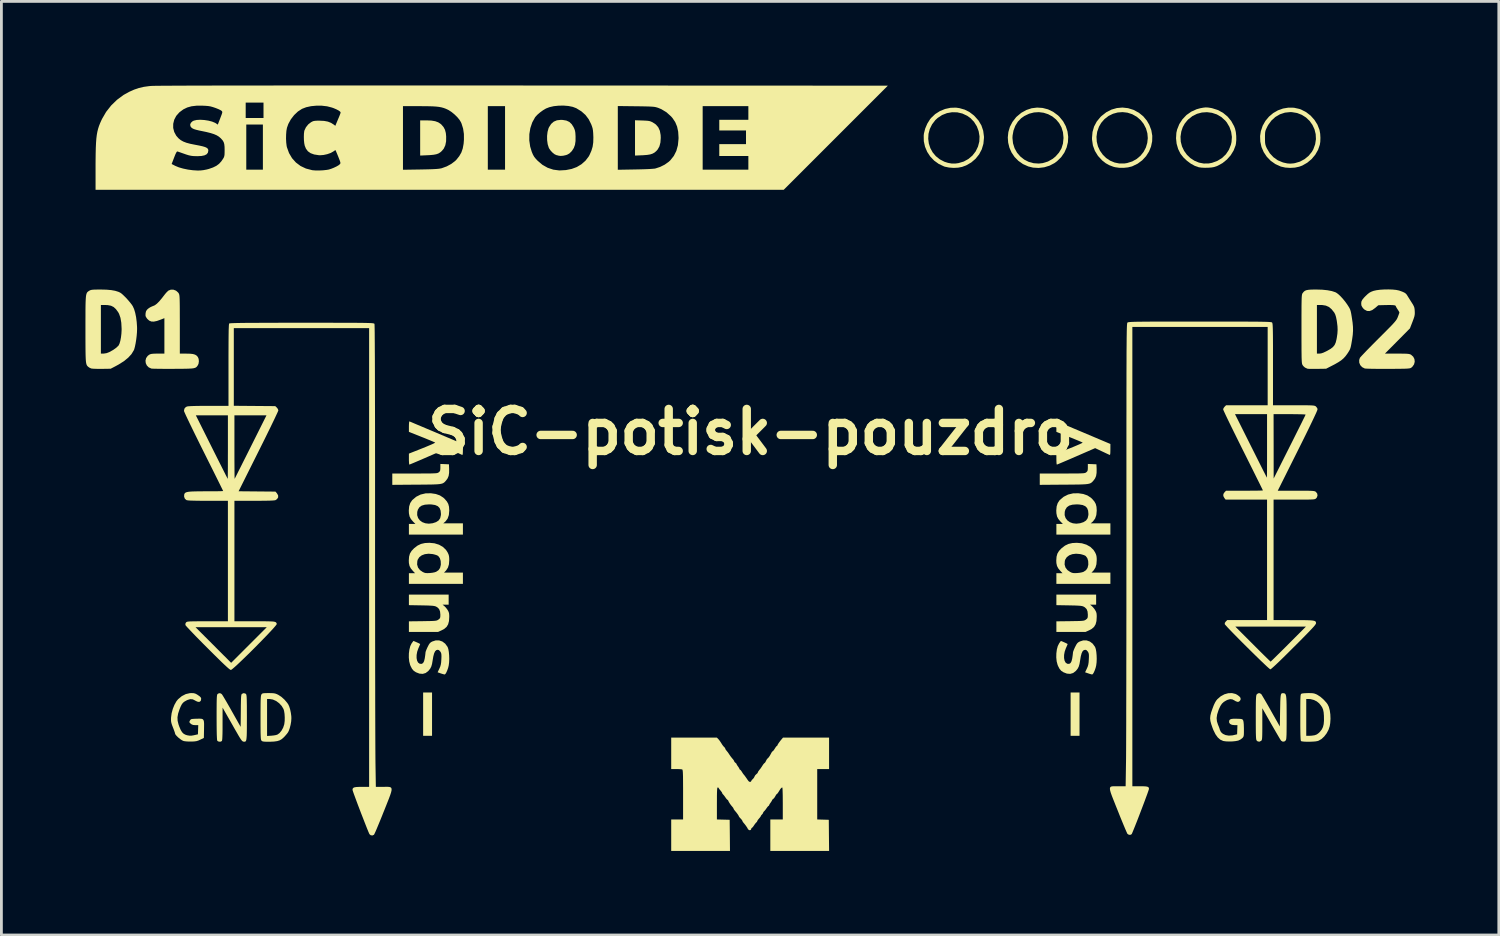
<source format=kicad_pcb>
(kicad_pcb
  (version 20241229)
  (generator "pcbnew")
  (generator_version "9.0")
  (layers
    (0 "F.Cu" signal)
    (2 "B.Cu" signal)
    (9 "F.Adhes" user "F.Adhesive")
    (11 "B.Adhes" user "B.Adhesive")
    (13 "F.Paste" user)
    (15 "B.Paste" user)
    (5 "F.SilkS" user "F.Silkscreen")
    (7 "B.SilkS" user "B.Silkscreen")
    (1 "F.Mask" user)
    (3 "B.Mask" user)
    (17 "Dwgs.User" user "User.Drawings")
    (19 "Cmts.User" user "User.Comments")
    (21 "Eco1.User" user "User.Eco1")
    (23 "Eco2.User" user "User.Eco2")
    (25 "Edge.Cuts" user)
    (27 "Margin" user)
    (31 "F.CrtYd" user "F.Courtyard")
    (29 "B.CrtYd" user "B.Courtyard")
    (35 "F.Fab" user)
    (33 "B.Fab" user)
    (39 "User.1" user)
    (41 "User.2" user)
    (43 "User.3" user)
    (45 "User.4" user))
  (footprint "SiC-potisk-pouzdro"
    (layer "F.Cu")
    (at 23.748 12.369)
    (property "Reference" "SiC-potisk-pouzdro" (at 0 0 0) (layer "F.SilkS") (effects (font (size 1.5 1.5) (thickness 0.3))))
    (attr board_only exclude_from_pos_files exclude_from_bom)
    (fp_poly (pts (xy -11.376 10.073) (xy -11.376 10.846) (xy -11.535 10.846) (xy -11.694 10.846) (xy -11.694 10.073) (xy -11.694 9.3) (xy -11.535 9.3) (xy -11.376 9.3)) (stroke (width 0) (type solid)) (fill yes) (layer "F.SilkS"))
    (fp_poly (pts (xy 11.736 10.073) (xy 11.736 10.846) (xy 11.577 10.846) (xy 11.418 10.846) (xy 11.418 10.073) (xy 11.418 9.3) (xy 11.577 9.3) (xy 11.736 9.3)) (stroke (width 0) (type solid)) (fill yes) (layer "F.SilkS"))
    (fp_poly (pts (xy -11.399 -11.115) (xy -11.263 -11.092) (xy -11.154 -11.052) (xy -11.064 -10.992) (xy -11.039 -10.969) (xy -10.964 -10.881) (xy -10.914 -10.786) (xy -10.884 -10.671) (xy -10.872 -10.546) (xy -10.874 -10.375) (xy -10.902 -10.234) (xy -10.956 -10.116) (xy -11.026 -10.031) (xy -11.085 -9.979) (xy -11.148 -9.94) (xy -11.224 -9.913) (xy -11.32 -9.895) (xy -11.445 -9.883) (xy -11.54 -9.878) (xy -11.8 -9.866) (xy -11.8 -10.494) (xy -11.8 -11.122) (xy -11.567 -11.122)) (stroke (width 0) (type solid)) (fill yes) (layer "F.SilkS"))
    (fp_poly (pts (xy -3.871 -11.118) (xy -3.758 -11.113) (xy -3.675 -11.107) (xy -3.614 -11.097) (xy -3.564 -11.081) (xy -3.514 -11.058) (xy -3.502 -11.052) (xy -3.385 -10.974) (xy -3.3 -10.874) (xy -3.244 -10.75) (xy -3.216 -10.598) (xy -3.212 -10.497) (xy -3.224 -10.331) (xy -3.26 -10.194) (xy -3.323 -10.082) (xy -3.375 -10.024) (xy -3.438 -9.971) (xy -3.508 -9.933) (xy -3.593 -9.906) (xy -3.701 -9.889) (xy -3.841 -9.878) (xy -3.871 -9.877) (xy -4.131 -9.866) (xy -4.131 -10.496) (xy -4.131 -11.126)) (stroke (width 0) (type solid)) (fill yes) (layer "F.SilkS"))
    (fp_poly (pts (xy -6.714 -11.138) (xy -6.58 -11.115) (xy -6.474 -11.066) (xy -6.39 -10.985) (xy -6.324 -10.88) (xy -6.293 -10.813) (xy -6.273 -10.751) (xy -6.261 -10.68) (xy -6.255 -10.585) (xy -6.253 -10.553) (xy -6.254 -10.386) (xy -6.274 -10.25) (xy -6.316 -10.136) (xy -6.38 -10.036) (xy -6.4 -10.012) (xy -6.474 -9.941) (xy -6.553 -9.897) (xy -6.594 -9.883) (xy -6.695 -9.86) (xy -6.786 -9.853) (xy -6.853 -9.861) (xy -6.888 -9.871) (xy -6.933 -9.881) (xy -6.999 -9.911) (xy -7.073 -9.969) (xy -7.143 -10.043) (xy -7.197 -10.122) (xy -7.209 -10.146) (xy -7.248 -10.27) (xy -7.268 -10.414) (xy -7.27 -10.566) (xy -7.253 -10.712) (xy -7.219 -10.837) (xy -7.201 -10.877) (xy -7.124 -10.996) (xy -7.031 -11.077) (xy -6.918 -11.125) (xy -6.781 -11.14)) (stroke (width 0) (type solid)) (fill yes) (layer "F.SilkS"))
    (fp_poly (pts (xy -10.926 1.148) (xy -10.772 1.155) (xy -10.766 1.324) (xy -10.767 1.461) (xy -10.784 1.569) (xy -10.82 1.656) (xy -10.872 1.728) (xy -10.902 1.763) (xy -10.93 1.792) (xy -10.96 1.815) (xy -10.994 1.834) (xy -11.039 1.848) (xy -11.097 1.859) (xy -11.174 1.867) (xy -11.273 1.872) (xy -11.398 1.876) (xy -11.553 1.878) (xy -11.744 1.88) (xy -11.932 1.881) (xy -12.795 1.888) (xy -12.795 1.685) (xy -12.795 1.483) (xy -11.993 1.483) (xy -11.788 1.483) (xy -11.62 1.482) (xy -11.486 1.482) (xy -11.382 1.48) (xy -11.303 1.477) (xy -11.246 1.474) (xy -11.205 1.469) (xy -11.177 1.462) (xy -11.157 1.454) (xy -11.141 1.443) (xy -11.135 1.439) (xy -11.103 1.409) (xy -11.086 1.373) (xy -11.08 1.317) (xy -11.079 1.269) (xy -11.079 1.142)) (stroke (width 0) (type solid)) (fill yes) (layer "F.SilkS"))
    (fp_poly (pts (xy 12.186 1.148) (xy 12.34 1.155) (xy 12.347 1.324) (xy 12.345 1.461) (xy 12.328 1.569) (xy 12.292 1.656) (xy 12.24 1.728) (xy 12.21 1.763) (xy 12.182 1.792) (xy 12.152 1.815) (xy 12.118 1.834) (xy 12.073 1.848) (xy 12.015 1.859) (xy 11.938 1.867) (xy 11.839 1.872) (xy 11.714 1.876) (xy 11.559 1.878) (xy 11.368 1.88) (xy 11.18 1.881) (xy 10.317 1.888) (xy 10.317 1.685) (xy 10.317 1.483) (xy 11.119 1.483) (xy 11.325 1.483) (xy 11.492 1.482) (xy 11.626 1.482) (xy 11.73 1.48) (xy 11.809 1.477) (xy 11.866 1.474) (xy 11.907 1.469) (xy 11.936 1.462) (xy 11.956 1.454) (xy 11.972 1.443) (xy 11.977 1.439) (xy 12.009 1.409) (xy 12.026 1.373) (xy 12.032 1.317) (xy 12.033 1.269) (xy 12.033 1.142)) (stroke (width 0) (type solid)) (fill yes) (layer "F.SilkS"))
    (fp_poly (pts (xy -10.783 5.985) (xy -10.783 6.165) (xy -10.892 6.165) (xy -11 6.165) (xy -10.942 6.211) (xy -10.895 6.257) (xy -10.844 6.32) (xy -10.822 6.353) (xy -10.789 6.412) (xy -10.77 6.467) (xy -10.763 6.536) (xy -10.762 6.6) (xy -10.771 6.749) (xy -10.802 6.867) (xy -10.857 6.958) (xy -10.941 7.031) (xy -11.03 7.078) (xy -11.163 7.139) (xy -11.683 7.139) (xy -12.202 7.139) (xy -12.202 6.95) (xy -12.202 6.76) (xy -11.71 6.754) (xy -11.552 6.751) (xy -11.432 6.749) (xy -11.342 6.746) (xy -11.277 6.741) (xy -11.231 6.735) (xy -11.198 6.726) (xy -11.173 6.714) (xy -11.149 6.699) (xy -11.148 6.698) (xy -11.11 6.667) (xy -11.089 6.636) (xy -11.081 6.59) (xy -11.079 6.521) (xy -11.09 6.407) (xy -11.124 6.323) (xy -11.185 6.261) (xy -11.226 6.237) (xy -11.257 6.223) (xy -11.296 6.213) (xy -11.35 6.205) (xy -11.423 6.2) (xy -11.523 6.195) (xy -11.655 6.192) (xy -11.752 6.19) (xy -12.202 6.182) (xy -12.202 5.993) (xy -12.202 5.805) (xy -11.492 5.805) (xy -10.783 5.805)) (stroke (width 0) (type solid)) (fill yes) (layer "F.SilkS"))
    (fp_poly (pts (xy 12.329 5.985) (xy 12.329 6.165) (xy 12.22 6.165) (xy 12.112 6.165) (xy 12.17 6.211) (xy 12.217 6.257) (xy 12.268 6.32) (xy 12.29 6.353) (xy 12.323 6.412) (xy 12.342 6.467) (xy 12.349 6.536) (xy 12.35 6.6) (xy 12.341 6.749) (xy 12.31 6.867) (xy 12.255 6.958) (xy 12.171 7.031) (xy 12.083 7.078) (xy 11.949 7.139) (xy 11.429 7.139) (xy 10.91 7.139) (xy 10.91 6.95) (xy 10.91 6.76) (xy 11.402 6.754) (xy 11.56 6.751) (xy 11.68 6.749) (xy 11.77 6.746) (xy 11.835 6.741) (xy 11.881 6.735) (xy 11.914 6.726) (xy 11.939 6.714) (xy 11.963 6.699) (xy 11.964 6.698) (xy 12.002 6.667) (xy 12.023 6.636) (xy 12.031 6.59) (xy 12.033 6.521) (xy 12.022 6.407) (xy 11.989 6.323) (xy 11.927 6.261) (xy 11.887 6.237) (xy 11.855 6.223) (xy 11.816 6.213) (xy 11.763 6.205) (xy 11.689 6.2) (xy 11.589 6.195) (xy 11.457 6.192) (xy 11.36 6.19) (xy 10.91 6.182) (xy 10.91 5.993) (xy 10.91 5.805) (xy 11.62 5.805) (xy 12.329 5.805)) (stroke (width 0) (type solid)) (fill yes) (layer "F.SilkS"))
    (fp_poly (pts (xy -12.161 -0.368) (xy -12.103 -0.344) (xy -12.014 -0.306) (xy -11.898 -0.257) (xy -11.757 -0.198) (xy -11.597 -0.13) (xy -11.421 -0.056) (xy -11.233 0.023) (xy -11.22 0.029) (xy -10.274 0.429) (xy -10.274 0.63) (xy -10.276 0.727) (xy -10.28 0.788) (xy -10.289 0.816) (xy -10.301 0.82) (xy -10.329 0.807) (xy -10.388 0.78) (xy -10.468 0.742) (xy -10.562 0.698) (xy -10.573 0.693) (xy -10.818 0.577) (xy -11.494 0.871) (xy -11.652 0.94) (xy -11.798 1.003) (xy -11.927 1.058) (xy -12.035 1.104) (xy -12.117 1.138) (xy -12.169 1.159) (xy -12.186 1.165) (xy -12.193 1.146) (xy -12.198 1.093) (xy -12.202 1.016) (xy -12.202 0.969) (xy -12.202 0.773) (xy -11.725 0.584) (xy -11.594 0.531) (xy -11.477 0.482) (xy -11.381 0.441) (xy -11.311 0.408) (xy -11.271 0.386) (xy -11.264 0.379) (xy -11.288 0.367) (xy -11.345 0.342) (xy -11.43 0.306) (xy -11.538 0.262) (xy -11.662 0.211) (xy -11.741 0.18) (xy -12.202 -0.004) (xy -12.202 -0.195) (xy -12.2 -0.277) (xy -12.195 -0.34) (xy -12.188 -0.374) (xy -12.184 -0.378)) (stroke (width 0) (type solid)) (fill yes) (layer "F.SilkS"))
    (fp_poly (pts (xy 10.951 -0.368) (xy 11.009 -0.344) (xy 11.098 -0.306) (xy 11.215 -0.257) (xy 11.355 -0.198) (xy 11.515 -0.13) (xy 11.691 -0.056) (xy 11.879 0.023) (xy 11.892 0.029) (xy 12.838 0.429) (xy 12.838 0.63) (xy 12.836 0.727) (xy 12.832 0.788) (xy 12.823 0.816) (xy 12.811 0.82) (xy 12.783 0.807) (xy 12.724 0.78) (xy 12.644 0.742) (xy 12.55 0.698) (xy 12.539 0.693) (xy 12.294 0.577) (xy 11.619 0.871) (xy 11.46 0.94) (xy 11.314 1.003) (xy 11.185 1.058) (xy 11.077 1.104) (xy 10.995 1.138) (xy 10.943 1.159) (xy 10.927 1.165) (xy 10.919 1.146) (xy 10.914 1.093) (xy 10.911 1.016) (xy 10.91 0.969) (xy 10.91 0.773) (xy 11.387 0.584) (xy 11.519 0.531) (xy 11.635 0.482) (xy 11.731 0.441) (xy 11.801 0.408) (xy 11.841 0.386) (xy 11.848 0.379) (xy 11.824 0.367) (xy 11.767 0.342) (xy 11.682 0.306) (xy 11.574 0.262) (xy 11.45 0.211) (xy 11.371 0.18) (xy 10.91 -0.004) (xy 10.91 -0.195) (xy 10.912 -0.277) (xy 10.917 -0.34) (xy 10.924 -0.374) (xy 10.928 -0.378)) (stroke (width 0) (type solid)) (fill yes) (layer "F.SilkS"))
    (fp_poly (pts (xy -11.242 2.214) (xy -11.096 2.265) (xy -10.973 2.345) (xy -10.926 2.388) (xy -10.847 2.48) (xy -10.797 2.569) (xy -10.77 2.67) (xy -10.762 2.796) (xy -10.762 2.809) (xy -10.776 2.965) (xy -10.82 3.092) (xy -10.895 3.192) (xy -10.916 3.212) (xy -10.977 3.262) (xy -10.626 3.262) (xy -10.274 3.262) (xy -10.274 3.464) (xy -10.274 3.665) (xy -11.238 3.665) (xy -12.202 3.665) (xy -12.202 3.474) (xy -12.202 3.284) (xy -12.086 3.284) (xy -11.969 3.284) (xy -12.056 3.197) (xy -12.132 3.107) (xy -12.179 3.015) (xy -12.188 2.969) (xy -11.907 2.969) (xy -11.874 3.072) (xy -11.811 3.156) (xy -11.723 3.22) (xy -11.614 3.26) (xy -11.491 3.274) (xy -11.357 3.259) (xy -11.234 3.219) (xy -11.143 3.161) (xy -11.085 3.078) (xy -11.06 2.967) (xy -11.058 2.927) (xy -11.07 2.807) (xy -11.106 2.715) (xy -11.17 2.65) (xy -11.266 2.608) (xy -11.395 2.588) (xy -11.482 2.585) (xy -11.63 2.596) (xy -11.745 2.629) (xy -11.827 2.687) (xy -11.881 2.772) (xy -11.904 2.852) (xy -11.907 2.969) (xy -12.188 2.969) (xy -12.201 2.906) (xy -12.206 2.805) (xy -12.193 2.657) (xy -12.154 2.537) (xy -12.087 2.437) (xy -12.079 2.429) (xy -11.942 2.313) (xy -11.784 2.234) (xy -11.607 2.192) (xy -11.418 2.188)) (stroke (width 0) (type solid)) (fill yes) (layer "F.SilkS"))
    (fp_poly (pts (xy 11.87 2.214) (xy 12.016 2.265) (xy 12.139 2.345) (xy 12.186 2.388) (xy 12.265 2.48) (xy 12.315 2.569) (xy 12.342 2.67) (xy 12.35 2.796) (xy 12.35 2.809) (xy 12.336 2.965) (xy 12.292 3.092) (xy 12.217 3.192) (xy 12.196 3.212) (xy 12.135 3.262) (xy 12.487 3.262) (xy 12.838 3.262) (xy 12.838 3.464) (xy 12.838 3.665) (xy 11.874 3.665) (xy 10.91 3.665) (xy 10.91 3.474) (xy 10.91 3.284) (xy 11.026 3.284) (xy 11.143 3.284) (xy 11.056 3.197) (xy 10.98 3.107) (xy 10.933 3.015) (xy 10.924 2.969) (xy 11.205 2.969) (xy 11.238 3.072) (xy 11.301 3.156) (xy 11.39 3.22) (xy 11.498 3.26) (xy 11.621 3.274) (xy 11.755 3.259) (xy 11.879 3.219) (xy 11.969 3.161) (xy 12.027 3.078) (xy 12.052 2.967) (xy 12.054 2.927) (xy 12.042 2.807) (xy 12.006 2.715) (xy 11.942 2.65) (xy 11.846 2.608) (xy 11.717 2.588) (xy 11.63 2.585) (xy 11.482 2.596) (xy 11.367 2.629) (xy 11.285 2.687) (xy 11.231 2.772) (xy 11.208 2.852) (xy 11.205 2.969) (xy 10.924 2.969) (xy 10.911 2.906) (xy 10.906 2.805) (xy 10.919 2.657) (xy 10.958 2.537) (xy 11.025 2.437) (xy 11.033 2.429) (xy 11.171 2.313) (xy 11.328 2.234) (xy 11.505 2.192) (xy 11.694 2.188)) (stroke (width 0) (type solid)) (fill yes) (layer "F.SilkS"))
    (fp_poly (pts (xy -11.29 3.974) (xy -11.128 4.024) (xy -10.99 4.102) (xy -10.879 4.208) (xy -10.821 4.298) (xy -10.789 4.366) (xy -10.771 4.428) (xy -10.763 4.502) (xy -10.762 4.579) (xy -10.773 4.724) (xy -10.808 4.84) (xy -10.87 4.938) (xy -10.9 4.971) (xy -10.95 5.021) (xy -10.612 5.021) (xy -10.274 5.021) (xy -10.274 5.222) (xy -10.274 5.423) (xy -11.238 5.423) (xy -12.202 5.423) (xy -12.202 5.233) (xy -12.202 5.042) (xy -12.092 5.042) (xy -11.982 5.042) (xy -12.058 4.962) (xy -12.134 4.871) (xy -12.18 4.783) (xy -12.191 4.731) (xy -11.909 4.731) (xy -11.877 4.839) (xy -11.807 4.93) (xy -11.713 4.995) (xy -11.657 5.022) (xy -11.604 5.036) (xy -11.538 5.039) (xy -11.461 5.036) (xy -11.367 5.026) (xy -11.282 5.009) (xy -11.228 4.99) (xy -11.143 4.932) (xy -11.09 4.854) (xy -11.064 4.748) (xy -11.062 4.724) (xy -11.067 4.604) (xy -11.098 4.504) (xy -11.152 4.432) (xy -11.171 4.418) (xy -11.22 4.395) (xy -11.293 4.373) (xy -11.352 4.359) (xy -11.5 4.346) (xy -11.632 4.362) (xy -11.744 4.404) (xy -11.831 4.47) (xy -11.887 4.558) (xy -11.901 4.606) (xy -11.909 4.731) (xy -12.191 4.731) (xy -12.202 4.681) (xy -12.206 4.588) (xy -12.196 4.452) (xy -12.166 4.343) (xy -12.108 4.247) (xy -12.017 4.151) (xy -12.01 4.145) (xy -11.893 4.056) (xy -11.77 3.997) (xy -11.63 3.965) (xy -11.471 3.957)) (stroke (width 0) (type solid)) (fill yes) (layer "F.SilkS"))
    (fp_poly (pts (xy 11.822 3.974) (xy 11.984 4.024) (xy 12.123 4.102) (xy 12.233 4.208) (xy 12.291 4.298) (xy 12.323 4.366) (xy 12.341 4.428) (xy 12.349 4.502) (xy 12.35 4.579) (xy 12.339 4.724) (xy 12.304 4.84) (xy 12.242 4.938) (xy 12.212 4.971) (xy 12.162 5.021) (xy 12.5 5.021) (xy 12.838 5.021) (xy 12.838 5.222) (xy 12.838 5.423) (xy 11.874 5.423) (xy 10.91 5.423) (xy 10.91 5.233) (xy 10.91 5.042) (xy 11.02 5.042) (xy 11.13 5.042) (xy 11.054 4.962) (xy 10.978 4.871) (xy 10.932 4.783) (xy 10.921 4.731) (xy 11.203 4.731) (xy 11.235 4.839) (xy 11.305 4.93) (xy 11.399 4.995) (xy 11.455 5.022) (xy 11.508 5.036) (xy 11.574 5.039) (xy 11.651 5.036) (xy 11.745 5.026) (xy 11.83 5.009) (xy 11.884 4.99) (xy 11.969 4.932) (xy 12.022 4.854) (xy 12.048 4.748) (xy 12.05 4.724) (xy 12.045 4.604) (xy 12.014 4.504) (xy 11.96 4.432) (xy 11.942 4.418) (xy 11.892 4.395) (xy 11.819 4.373) (xy 11.76 4.359) (xy 11.612 4.346) (xy 11.48 4.362) (xy 11.368 4.404) (xy 11.281 4.47) (xy 11.225 4.558) (xy 11.211 4.606) (xy 11.203 4.731) (xy 10.921 4.731) (xy 10.91 4.681) (xy 10.906 4.588) (xy 10.916 4.452) (xy 10.946 4.343) (xy 11.004 4.247) (xy 11.095 4.151) (xy 11.102 4.145) (xy 11.219 4.056) (xy 11.342 3.997) (xy 11.482 3.965) (xy 11.641 3.957)) (stroke (width 0) (type solid)) (fill yes) (layer "F.SilkS"))
    (fp_poly (pts (xy 10.418 -11.566) (xy 10.611 -11.516) (xy 10.794 -11.428) (xy 10.965 -11.302) (xy 11.015 -11.254) (xy 11.149 -11.092) (xy 11.246 -10.914) (xy 11.307 -10.727) (xy 11.332 -10.535) (xy 11.322 -10.342) (xy 11.276 -10.154) (xy 11.196 -9.975) (xy 11.082 -9.81) (xy 10.934 -9.665) (xy 10.844 -9.598) (xy 10.67 -9.507) (xy 10.478 -9.448) (xy 10.277 -9.424) (xy 10.077 -9.436) (xy 9.909 -9.477) (xy 9.718 -9.562) (xy 9.554 -9.677) (xy 9.418 -9.815) (xy 9.311 -9.973) (xy 9.234 -10.146) (xy 9.189 -10.328) (xy 9.177 -10.494) (xy 9.342 -10.494) (xy 9.362 -10.303) (xy 9.418 -10.126) (xy 9.506 -9.968) (xy 9.623 -9.833) (xy 9.763 -9.722) (xy 9.922 -9.641) (xy 10.097 -9.593) (xy 10.283 -9.581) (xy 10.424 -9.597) (xy 10.608 -9.653) (xy 10.777 -9.748) (xy 10.878 -9.831) (xy 11.004 -9.973) (xy 11.093 -10.125) (xy 11.145 -10.294) (xy 11.164 -10.485) (xy 11.164 -10.508) (xy 11.145 -10.699) (xy 11.092 -10.872) (xy 11.008 -11.025) (xy 10.898 -11.155) (xy 10.766 -11.262) (xy 10.617 -11.342) (xy 10.455 -11.394) (xy 10.285 -11.416) (xy 10.111 -11.405) (xy 9.937 -11.36) (xy 9.768 -11.279) (xy 9.655 -11.2) (xy 9.537 -11.079) (xy 9.444 -10.93) (xy 9.379 -10.759) (xy 9.346 -10.577) (xy 9.342 -10.494) (xy 9.177 -10.494) (xy 9.176 -10.517) (xy 9.196 -10.706) (xy 9.251 -10.891) (xy 9.342 -11.067) (xy 9.469 -11.231) (xy 9.492 -11.254) (xy 9.657 -11.392) (xy 9.837 -11.492) (xy 10.027 -11.555) (xy 10.222 -11.579)) (stroke (width 0) (type solid)) (fill yes) (layer "F.SilkS"))
    (fp_poly (pts (xy 7.45 -11.559) (xy 7.638 -11.505) (xy 7.802 -11.423) (xy 7.955 -11.307) (xy 7.986 -11.278) (xy 8.129 -11.118) (xy 8.233 -10.943) (xy 8.298 -10.752) (xy 8.325 -10.543) (xy 8.325 -10.495) (xy 8.305 -10.286) (xy 8.247 -10.09) (xy 8.153 -9.911) (xy 8.027 -9.753) (xy 7.872 -9.62) (xy 7.691 -9.516) (xy 7.543 -9.461) (xy 7.402 -9.434) (xy 7.241 -9.426) (xy 7.079 -9.438) (xy 6.932 -9.468) (xy 6.901 -9.478) (xy 6.713 -9.566) (xy 6.548 -9.685) (xy 6.409 -9.83) (xy 6.299 -9.997) (xy 6.221 -10.181) (xy 6.178 -10.376) (xy 6.176 -10.467) (xy 6.335 -10.467) (xy 6.357 -10.295) (xy 6.411 -10.13) (xy 6.495 -9.978) (xy 6.608 -9.844) (xy 6.749 -9.731) (xy 6.915 -9.645) (xy 7.043 -9.605) (xy 7.176 -9.581) (xy 7.302 -9.581) (xy 7.417 -9.597) (xy 7.604 -9.653) (xy 7.77 -9.744) (xy 7.913 -9.866) (xy 8.029 -10.015) (xy 8.112 -10.187) (xy 8.159 -10.367) (xy 8.167 -10.551) (xy 8.136 -10.734) (xy 8.071 -10.908) (xy 7.973 -11.065) (xy 7.847 -11.2) (xy 7.729 -11.285) (xy 7.555 -11.366) (xy 7.372 -11.409) (xy 7.186 -11.413) (xy 7.004 -11.381) (xy 6.831 -11.313) (xy 6.674 -11.21) (xy 6.59 -11.133) (xy 6.472 -10.979) (xy 6.391 -10.814) (xy 6.345 -10.642) (xy 6.335 -10.467) (xy 6.176 -10.467) (xy 6.174 -10.578) (xy 6.182 -10.652) (xy 6.227 -10.829) (xy 6.302 -11.005) (xy 6.401 -11.163) (xy 6.44 -11.21) (xy 6.583 -11.346) (xy 6.751 -11.453) (xy 6.936 -11.529) (xy 7.13 -11.571) (xy 7.325 -11.577)) (stroke (width 0) (type solid)) (fill yes) (layer "F.SilkS"))
    (fp_poly (pts (xy 13.468 -11.558) (xy 13.664 -11.497) (xy 13.853 -11.395) (xy 13.855 -11.394) (xy 14.01 -11.268) (xy 14.138 -11.115) (xy 14.226 -10.963) (xy 14.299 -10.77) (xy 14.333 -10.574) (xy 14.329 -10.379) (xy 14.289 -10.189) (xy 14.216 -10.009) (xy 14.111 -9.844) (xy 13.976 -9.699) (xy 13.814 -9.578) (xy 13.625 -9.486) (xy 13.6 -9.477) (xy 13.466 -9.444) (xy 13.311 -9.428) (xy 13.151 -9.43) (xy 13.004 -9.451) (xy 12.944 -9.467) (xy 12.797 -9.523) (xy 12.674 -9.591) (xy 12.557 -9.682) (xy 12.541 -9.695) (xy 12.395 -9.854) (xy 12.285 -10.032) (xy 12.214 -10.226) (xy 12.183 -10.434) (xy 12.181 -10.495) (xy 12.185 -10.537) (xy 12.342 -10.537) (xy 12.352 -10.361) (xy 12.394 -10.194) (xy 12.466 -10.039) (xy 12.564 -9.9) (xy 12.685 -9.78) (xy 12.827 -9.685) (xy 12.986 -9.618) (xy 13.158 -9.583) (xy 13.342 -9.584) (xy 13.435 -9.599) (xy 13.62 -9.657) (xy 13.78 -9.747) (xy 13.915 -9.862) (xy 14.024 -9.999) (xy 14.104 -10.152) (xy 14.154 -10.317) (xy 14.173 -10.489) (xy 14.158 -10.663) (xy 14.109 -10.834) (xy 14.024 -10.998) (xy 13.922 -11.127) (xy 13.778 -11.252) (xy 13.618 -11.342) (xy 13.448 -11.397) (xy 13.274 -11.417) (xy 13.099 -11.404) (xy 12.93 -11.358) (xy 12.772 -11.28) (xy 12.63 -11.171) (xy 12.51 -11.033) (xy 12.431 -10.897) (xy 12.367 -10.717) (xy 12.342 -10.537) (xy 12.185 -10.537) (xy 12.2 -10.708) (xy 12.256 -10.903) (xy 12.351 -11.081) (xy 12.486 -11.245) (xy 12.521 -11.278) (xy 12.69 -11.411) (xy 12.874 -11.506) (xy 13.068 -11.562) (xy 13.267 -11.58)) (stroke (width 0) (type solid)) (fill yes) (layer "F.SilkS"))
    (fp_poly (pts (xy 20.002 9.322) (xy 20.073 9.328) (xy 20.13 9.341) (xy 20.187 9.363) (xy 20.226 9.383) (xy 20.336 9.454) (xy 20.449 9.553) (xy 20.552 9.667) (xy 20.591 9.721) (xy 20.636 9.814) (xy 20.669 9.938) (xy 20.689 10.082) (xy 20.695 10.237) (xy 20.685 10.391) (xy 20.667 10.501) (xy 20.624 10.633) (xy 20.556 10.759) (xy 20.47 10.871) (xy 20.373 10.961) (xy 20.27 11.02) (xy 20.227 11.034) (xy 20.158 11.046) (xy 20.068 11.053) (xy 19.967 11.057) (xy 19.865 11.058) (xy 19.771 11.055) (xy 19.697 11.048) (xy 19.65 11.038) (xy 19.642 11.033) (xy 19.635 11.014) (xy 19.629 10.971) (xy 19.625 10.901) (xy 19.621 10.801) (xy 19.619 10.669) (xy 19.617 10.501) (xy 19.617 10.295) (xy 19.617 10.19) (xy 19.829 10.19) (xy 19.829 10.846) (xy 19.936 10.846) (xy 20.023 10.841) (xy 20.112 10.828) (xy 20.137 10.823) (xy 20.209 10.795) (xy 20.276 10.745) (xy 20.325 10.695) (xy 20.385 10.617) (xy 20.426 10.532) (xy 20.451 10.432) (xy 20.462 10.308) (xy 20.46 10.152) (xy 20.46 10.133) (xy 20.45 10.007) (xy 20.43 9.909) (xy 20.395 9.826) (xy 20.339 9.746) (xy 20.287 9.684) (xy 20.203 9.617) (xy 20.096 9.565) (xy 19.982 9.536) (xy 19.935 9.533) (xy 19.829 9.533) (xy 19.829 10.19) (xy 19.617 10.19) (xy 19.617 10.186) (xy 19.617 9.978) (xy 19.617 9.808) (xy 19.618 9.672) (xy 19.619 9.567) (xy 19.622 9.488) (xy 19.625 9.431) (xy 19.63 9.393) (xy 19.636 9.368) (xy 19.644 9.354) (xy 19.654 9.345) (xy 19.658 9.343) (xy 19.696 9.333) (xy 19.765 9.326) (xy 19.853 9.322) (xy 19.902 9.321)) (stroke (width 0) (type solid)) (fill yes) (layer "F.SilkS"))
    (fp_poly (pts (xy 16.325 -11.581) (xy 16.422 -11.566) (xy 16.471 -11.556) (xy 16.673 -11.492) (xy 16.856 -11.393) (xy 17.017 -11.261) (xy 17.15 -11.101) (xy 17.252 -10.917) (xy 17.287 -10.827) (xy 17.315 -10.707) (xy 17.33 -10.566) (xy 17.332 -10.421) (xy 17.319 -10.289) (xy 17.307 -10.23) (xy 17.237 -10.047) (xy 17.132 -9.876) (xy 16.998 -9.725) (xy 16.841 -9.598) (xy 16.668 -9.502) (xy 16.537 -9.456) (xy 16.449 -9.441) (xy 16.335 -9.432) (xy 16.211 -9.43) (xy 16.094 -9.435) (xy 15.999 -9.448) (xy 15.989 -9.45) (xy 15.851 -9.499) (xy 15.706 -9.579) (xy 15.567 -9.683) (xy 15.442 -9.802) (xy 15.343 -9.928) (xy 15.339 -9.933) (xy 15.256 -10.101) (xy 15.202 -10.289) (xy 15.181 -10.485) (xy 15.185 -10.541) (xy 15.341 -10.541) (xy 15.35 -10.361) (xy 15.394 -10.191) (xy 15.469 -10.034) (xy 15.57 -9.894) (xy 15.695 -9.775) (xy 15.839 -9.681) (xy 15.998 -9.615) (xy 16.17 -9.582) (xy 16.35 -9.585) (xy 16.467 -9.607) (xy 16.658 -9.677) (xy 16.824 -9.779) (xy 16.961 -9.911) (xy 17.067 -10.07) (xy 17.14 -10.253) (xy 17.162 -10.348) (xy 17.175 -10.53) (xy 17.149 -10.713) (xy 17.087 -10.89) (xy 16.991 -11.051) (xy 16.938 -11.115) (xy 16.797 -11.242) (xy 16.637 -11.335) (xy 16.464 -11.392) (xy 16.285 -11.415) (xy 16.105 -11.403) (xy 15.929 -11.356) (xy 15.765 -11.274) (xy 15.617 -11.157) (xy 15.594 -11.133) (xy 15.492 -11.008) (xy 15.42 -10.878) (xy 15.369 -10.726) (xy 15.341 -10.541) (xy 15.185 -10.541) (xy 15.193 -10.678) (xy 15.219 -10.793) (xy 15.298 -10.99) (xy 15.412 -11.164) (xy 15.555 -11.314) (xy 15.725 -11.433) (xy 15.916 -11.52) (xy 16.047 -11.556) (xy 16.156 -11.576) (xy 16.242 -11.585)) (stroke (width 0) (type solid)) (fill yes) (layer "F.SilkS"))
    (fp_poly (pts (xy -17.107 9.322) (xy -17.033 9.327) (xy -16.976 9.337) (xy -16.924 9.355) (xy -16.867 9.382) (xy -16.756 9.454) (xy -16.645 9.553) (xy -16.548 9.667) (xy -16.508 9.725) (xy -16.473 9.802) (xy -16.441 9.906) (xy -16.416 10.025) (xy -16.4 10.143) (xy -16.397 10.22) (xy -16.404 10.332) (xy -16.425 10.453) (xy -16.455 10.571) (xy -16.491 10.671) (xy -16.519 10.725) (xy -16.564 10.784) (xy -16.624 10.854) (xy -16.67 10.902) (xy -16.739 10.963) (xy -16.814 11.007) (xy -16.903 11.035) (xy -17.015 11.051) (xy -17.157 11.058) (xy -17.204 11.058) (xy -17.307 11.057) (xy -17.377 11.053) (xy -17.422 11.045) (xy -17.45 11.032) (xy -17.463 11.019) (xy -17.472 11.006) (xy -17.48 10.984) (xy -17.486 10.951) (xy -17.49 10.901) (xy -17.493 10.83) (xy -17.496 10.736) (xy -17.497 10.612) (xy -17.498 10.456) (xy -17.498 10.263) (xy -17.498 10.198) (xy -17.498 10.192) (xy -17.265 10.192) (xy -17.265 10.852) (xy -17.111 10.842) (xy -17.025 10.833) (xy -16.947 10.819) (xy -16.895 10.802) (xy -16.818 10.746) (xy -16.747 10.658) (xy -16.689 10.552) (xy -16.652 10.437) (xy -16.65 10.428) (xy -16.636 10.315) (xy -16.634 10.189) (xy -16.641 10.064) (xy -16.658 9.956) (xy -16.678 9.89) (xy -16.743 9.78) (xy -16.834 9.682) (xy -16.942 9.603) (xy -17.058 9.551) (xy -17.169 9.533) (xy -17.265 9.533) (xy -17.265 10.192) (xy -17.498 10.192) (xy -17.498 9.991) (xy -17.497 9.823) (xy -17.496 9.688) (xy -17.494 9.584) (xy -17.49 9.505) (xy -17.486 9.448) (xy -17.48 9.409) (xy -17.473 9.383) (xy -17.465 9.368) (xy -17.447 9.347) (xy -17.423 9.333) (xy -17.384 9.326) (xy -17.321 9.322) (xy -17.226 9.321) (xy -17.21 9.321)) (stroke (width 0) (type solid)) (fill yes) (layer "F.SilkS"))
    (fp_poly (pts (xy 19.388 -11.574) (xy 19.584 -11.531) (xy 19.643 -11.51) (xy 19.822 -11.418) (xy 19.983 -11.294) (xy 20.12 -11.142) (xy 20.228 -10.971) (xy 20.3 -10.787) (xy 20.304 -10.771) (xy 20.327 -10.644) (xy 20.335 -10.499) (xy 20.33 -10.357) (xy 20.314 -10.254) (xy 20.25 -10.068) (xy 20.15 -9.895) (xy 20.02 -9.74) (xy 19.865 -9.611) (xy 19.691 -9.511) (xy 19.579 -9.469) (xy 19.423 -9.436) (xy 19.251 -9.426) (xy 19.08 -9.438) (xy 18.928 -9.472) (xy 18.918 -9.475) (xy 18.727 -9.562) (xy 18.561 -9.679) (xy 18.421 -9.823) (xy 18.311 -9.988) (xy 18.232 -10.17) (xy 18.189 -10.364) (xy 18.184 -10.498) (xy 18.356 -10.498) (xy 18.357 -10.392) (xy 18.361 -10.316) (xy 18.371 -10.257) (xy 18.388 -10.202) (xy 18.415 -10.14) (xy 18.424 -10.121) (xy 18.527 -9.948) (xy 18.659 -9.806) (xy 18.815 -9.696) (xy 18.994 -9.622) (xy 19.024 -9.614) (xy 19.149 -9.586) (xy 19.258 -9.578) (xy 19.371 -9.587) (xy 19.428 -9.597) (xy 19.605 -9.65) (xy 19.769 -9.738) (xy 19.913 -9.856) (xy 20.029 -9.998) (xy 20.081 -10.088) (xy 20.147 -10.27) (xy 20.175 -10.452) (xy 20.166 -10.631) (xy 20.124 -10.802) (xy 20.05 -10.961) (xy 19.949 -11.103) (xy 19.822 -11.224) (xy 19.672 -11.319) (xy 19.503 -11.385) (xy 19.316 -11.416) (xy 19.257 -11.418) (xy 19.067 -11.398) (xy 18.889 -11.339) (xy 18.727 -11.244) (xy 18.586 -11.116) (xy 18.47 -10.957) (xy 18.434 -10.89) (xy 18.4 -10.818) (xy 18.377 -10.762) (xy 18.364 -10.708) (xy 18.358 -10.644) (xy 18.356 -10.557) (xy 18.356 -10.498) (xy 18.184 -10.498) (xy 18.182 -10.565) (xy 18.208 -10.735) (xy 18.274 -10.931) (xy 18.373 -11.106) (xy 18.5 -11.257) (xy 18.65 -11.383) (xy 18.818 -11.48) (xy 19 -11.545) (xy 19.192 -11.577)) (stroke (width 0) (type solid)) (fill yes) (layer "F.SilkS"))
    (fp_poly (pts (xy -20.606 -5.078) (xy -20.516 -5.044) (xy -20.442 -4.98) (xy -20.421 -4.951) (xy -20.411 -4.934) (xy -20.404 -4.914) (xy -20.397 -4.887) (xy -20.392 -4.85) (xy -20.388 -4.798) (xy -20.385 -4.729) (xy -20.383 -4.638) (xy -20.381 -4.522) (xy -20.38 -4.377) (xy -20.38 -4.199) (xy -20.379 -3.985) (xy -20.379 -3.84) (xy -20.379 -2.796) (xy -20.144 -2.796) (xy -20.01 -2.793) (xy -19.91 -2.782) (xy -19.836 -2.76) (xy -19.781 -2.727) (xy -19.737 -2.678) (xy -19.707 -2.608) (xy -19.699 -2.521) (xy -19.711 -2.436) (xy -19.733 -2.387) (xy -19.755 -2.353) (xy -19.777 -2.326) (xy -19.803 -2.304) (xy -19.838 -2.288) (xy -19.885 -2.275) (xy -19.949 -2.266) (xy -20.036 -2.261) (xy -20.148 -2.257) (xy -20.29 -2.255) (xy -20.468 -2.254) (xy -20.612 -2.253) (xy -20.786 -2.252) (xy -20.949 -2.253) (xy -21.094 -2.254) (xy -21.217 -2.256) (xy -21.312 -2.258) (xy -21.374 -2.261) (xy -21.396 -2.263) (xy -21.49 -2.306) (xy -21.557 -2.374) (xy -21.595 -2.457) (xy -21.604 -2.547) (xy -21.582 -2.636) (xy -21.527 -2.714) (xy -21.475 -2.755) (xy -21.437 -2.774) (xy -21.391 -2.786) (xy -21.328 -2.793) (xy -21.238 -2.796) (xy -21.168 -2.796) (xy -20.93 -2.796) (xy -20.93 -3.429) (xy -20.93 -4.062) (xy -21.056 -4.012) (xy -21.196 -3.962) (xy -21.308 -3.939) (xy -21.398 -3.943) (xy -21.473 -3.975) (xy -21.539 -4.035) (xy -21.555 -4.055) (xy -21.592 -4.111) (xy -21.605 -4.161) (xy -21.602 -4.23) (xy -21.602 -4.232) (xy -21.587 -4.305) (xy -21.554 -4.359) (xy -21.514 -4.398) (xy -21.445 -4.446) (xy -21.366 -4.484) (xy -21.345 -4.491) (xy -21.274 -4.522) (xy -21.196 -4.58) (xy -21.109 -4.667) (xy -21.009 -4.788) (xy -20.953 -4.861) (xy -20.896 -4.934) (xy -20.84 -4.997) (xy -20.795 -5.039) (xy -20.786 -5.046) (xy -20.699 -5.08)) (stroke (width 0) (type solid)) (fill yes) (layer "F.SilkS"))
    (fp_poly (pts (xy 19.01 9.325) (xy 19.023 9.326) (xy 19.049 9.331) (xy 19.071 9.341) (xy 19.088 9.361) (xy 19.101 9.394) (xy 19.112 9.444) (xy 19.119 9.515) (xy 19.124 9.611) (xy 19.127 9.737) (xy 19.128 9.894) (xy 19.129 10.089) (xy 19.129 10.201) (xy 19.129 10.405) (xy 19.128 10.571) (xy 19.127 10.703) (xy 19.125 10.805) (xy 19.121 10.881) (xy 19.117 10.936) (xy 19.111 10.974) (xy 19.103 10.998) (xy 19.096 11.011) (xy 19.047 11.05) (xy 18.988 11.054) (xy 18.933 11.021) (xy 18.932 11.02) (xy 18.913 10.992) (xy 18.876 10.933) (xy 18.825 10.846) (xy 18.761 10.737) (xy 18.688 10.611) (xy 18.608 10.472) (xy 18.579 10.422) (xy 18.261 9.861) (xy 18.261 10.425) (xy 18.261 10.595) (xy 18.26 10.728) (xy 18.258 10.828) (xy 18.255 10.901) (xy 18.251 10.952) (xy 18.244 10.986) (xy 18.236 11.007) (xy 18.224 11.021) (xy 18.222 11.023) (xy 18.162 11.055) (xy 18.1 11.047) (xy 18.063 11.019) (xy 18.054 11.006) (xy 18.046 10.984) (xy 18.04 10.951) (xy 18.036 10.901) (xy 18.033 10.83) (xy 18.03 10.736) (xy 18.029 10.612) (xy 18.028 10.456) (xy 18.028 10.263) (xy 18.028 10.198) (xy 18.028 9.991) (xy 18.029 9.823) (xy 18.03 9.688) (xy 18.032 9.584) (xy 18.036 9.505) (xy 18.04 9.448) (xy 18.046 9.409) (xy 18.053 9.383) (xy 18.061 9.368) (xy 18.11 9.329) (xy 18.168 9.325) (xy 18.221 9.356) (xy 18.223 9.358) (xy 18.241 9.385) (xy 18.277 9.445) (xy 18.328 9.531) (xy 18.391 9.64) (xy 18.464 9.766) (xy 18.543 9.905) (xy 18.57 9.954) (xy 18.886 10.512) (xy 18.896 9.937) (xy 18.9 9.758) (xy 18.903 9.618) (xy 18.908 9.511) (xy 18.915 9.433) (xy 18.924 9.38) (xy 18.938 9.347) (xy 18.956 9.329) (xy 18.98 9.324)) (stroke (width 0) (type solid)) (fill yes) (layer "F.SilkS"))
    (fp_poly (pts (xy -18.039 9.338) (xy -18.019 9.354) (xy -18.01 9.367) (xy -18.003 9.39) (xy -17.997 9.426) (xy -17.993 9.479) (xy -17.99 9.554) (xy -17.988 9.654) (xy -17.986 9.784) (xy -17.986 9.948) (xy -17.985 10.15) (xy -17.985 10.187) (xy -17.986 10.403) (xy -17.986 10.581) (xy -17.988 10.723) (xy -17.991 10.834) (xy -17.997 10.918) (xy -18.004 10.979) (xy -18.015 11.019) (xy -18.03 11.043) (xy -18.049 11.054) (xy -18.072 11.057) (xy -18.1 11.055) (xy -18.103 11.055) (xy -18.123 11.05) (xy -18.142 11.039) (xy -18.165 11.017) (xy -18.194 10.98) (xy -18.231 10.924) (xy -18.279 10.845) (xy -18.34 10.739) (xy -18.419 10.602) (xy -18.467 10.518) (xy -18.546 10.378) (xy -18.621 10.247) (xy -18.688 10.129) (xy -18.743 10.032) (xy -18.785 9.959) (xy -18.809 9.917) (xy -18.81 9.914) (xy -18.853 9.84) (xy -18.854 10.424) (xy -18.854 10.613) (xy -18.856 10.764) (xy -18.86 10.878) (xy -18.864 10.958) (xy -18.871 11.009) (xy -18.879 11.032) (xy -18.879 11.033) (xy -18.926 11.056) (xy -18.984 11.055) (xy -19.031 11.033) (xy -19.044 11.017) (xy -19.05 10.984) (xy -19.055 10.91) (xy -19.06 10.797) (xy -19.063 10.647) (xy -19.065 10.461) (xy -19.066 10.242) (xy -19.066 10.182) (xy -19.066 9.975) (xy -19.065 9.806) (xy -19.064 9.671) (xy -19.062 9.566) (xy -19.059 9.488) (xy -19.055 9.432) (xy -19.049 9.394) (xy -19.042 9.37) (xy -19.034 9.356) (xy -19.033 9.354) (xy -18.977 9.324) (xy -18.917 9.333) (xy -18.881 9.36) (xy -18.861 9.387) (xy -18.824 9.447) (xy -18.772 9.534) (xy -18.708 9.643) (xy -18.635 9.77) (xy -18.556 9.909) (xy -18.526 9.963) (xy -18.208 10.527) (xy -18.202 9.951) (xy -18.201 9.777) (xy -18.198 9.642) (xy -18.196 9.539) (xy -18.192 9.464) (xy -18.187 9.412) (xy -18.18 9.378) (xy -18.171 9.358) (xy -18.161 9.348) (xy -18.099 9.323)) (stroke (width 0) (type solid)) (fill yes) (layer "F.SilkS"))
    (fp_poly (pts (xy 17.302 9.351) (xy 17.358 9.379) (xy 17.439 9.438) (xy 17.482 9.491) (xy 17.488 9.543) (xy 17.469 9.585) (xy 17.426 9.628) (xy 17.371 9.634) (xy 17.301 9.606) (xy 17.27 9.586) (xy 17.19 9.545) (xy 17.112 9.537) (xy 17.023 9.561) (xy 16.973 9.584) (xy 16.887 9.636) (xy 16.82 9.698) (xy 16.765 9.78) (xy 16.713 9.892) (xy 16.697 9.932) (xy 16.649 10.082) (xy 16.63 10.212) (xy 16.641 10.331) (xy 16.679 10.449) (xy 16.68 10.452) (xy 16.711 10.526) (xy 16.736 10.596) (xy 16.745 10.629) (xy 16.784 10.712) (xy 16.854 10.776) (xy 16.951 10.82) (xy 17.065 10.839) (xy 17.191 10.831) (xy 17.234 10.822) (xy 17.361 10.792) (xy 17.367 10.628) (xy 17.373 10.465) (xy 17.271 10.465) (xy 17.176 10.454) (xy 17.11 10.422) (xy 17.077 10.372) (xy 17.075 10.349) (xy 17.081 10.299) (xy 17.106 10.265) (xy 17.155 10.245) (xy 17.233 10.236) (xy 17.346 10.237) (xy 17.441 10.24) (xy 17.502 10.245) (xy 17.539 10.254) (xy 17.561 10.27) (xy 17.576 10.294) (xy 17.577 10.296) (xy 17.59 10.347) (xy 17.599 10.436) (xy 17.603 10.56) (xy 17.604 10.61) (xy 17.604 10.719) (xy 17.602 10.794) (xy 17.596 10.845) (xy 17.586 10.878) (xy 17.57 10.904) (xy 17.545 10.93) (xy 17.544 10.931) (xy 17.482 10.978) (xy 17.409 11.013) (xy 17.401 11.016) (xy 17.313 11.034) (xy 17.202 11.046) (xy 17.082 11.049) (xy 16.969 11.045) (xy 16.879 11.033) (xy 16.862 11.029) (xy 16.76 10.983) (xy 16.671 10.905) (xy 16.59 10.793) (xy 16.515 10.642) (xy 16.483 10.561) (xy 16.437 10.427) (xy 16.408 10.318) (xy 16.398 10.222) (xy 16.407 10.125) (xy 16.433 10.017) (xy 16.479 9.884) (xy 16.485 9.867) (xy 16.531 9.747) (xy 16.573 9.659) (xy 16.614 9.591) (xy 16.659 9.536) (xy 16.777 9.435) (xy 16.908 9.364) (xy 17.043 9.326) (xy 17.177 9.321)) (stroke (width 0) (type solid)) (fill yes) (layer "F.SilkS"))
    (fp_poly (pts (xy -19.89 9.324) (xy -19.83 9.338) (xy -19.769 9.369) (xy -19.728 9.396) (xy -19.663 9.443) (xy -19.629 9.481) (xy -19.617 9.518) (xy -19.617 9.529) (xy -19.631 9.596) (xy -19.67 9.632) (xy -19.73 9.634) (xy -19.806 9.603) (xy -19.833 9.586) (xy -19.918 9.544) (xy -20.006 9.537) (xy -20.104 9.566) (xy -20.142 9.584) (xy -20.213 9.624) (xy -20.266 9.667) (xy -20.309 9.723) (xy -20.349 9.8) (xy -20.393 9.909) (xy -20.441 10.057) (xy -20.463 10.186) (xy -20.458 10.309) (xy -20.426 10.439) (xy -20.398 10.518) (xy -20.348 10.636) (xy -20.297 10.719) (xy -20.24 10.775) (xy -20.17 10.811) (xy -20.111 10.828) (xy -20.031 10.841) (xy -19.959 10.84) (xy -19.871 10.825) (xy -19.865 10.823) (xy -19.733 10.793) (xy -19.727 10.629) (xy -19.721 10.465) (xy -19.826 10.465) (xy -19.905 10.459) (xy -19.963 10.435) (xy -19.992 10.413) (xy -20.029 10.377) (xy -20.039 10.349) (xy -20.024 10.312) (xy -20.018 10.302) (xy -20.002 10.275) (xy -19.981 10.257) (xy -19.948 10.246) (xy -19.893 10.241) (xy -19.807 10.237) (xy -19.782 10.237) (xy -19.685 10.234) (xy -19.614 10.237) (xy -19.565 10.251) (xy -19.535 10.282) (xy -19.519 10.335) (xy -19.513 10.416) (xy -19.514 10.531) (xy -19.515 10.61) (xy -19.521 10.921) (xy -19.647 10.983) (xy -19.717 11.015) (xy -19.781 11.035) (xy -19.855 11.046) (xy -19.953 11.051) (xy -19.965 11.051) (xy -20.063 11.051) (xy -20.157 11.045) (xy -20.23 11.035) (xy -20.246 11.031) (xy -20.303 11.005) (xy -20.369 10.96) (xy -20.437 10.905) (xy -20.495 10.848) (xy -20.536 10.798) (xy -20.549 10.765) (xy -20.556 10.733) (xy -20.577 10.673) (xy -20.606 10.594) (xy -20.625 10.546) (xy -20.661 10.452) (xy -20.682 10.381) (xy -20.693 10.319) (xy -20.694 10.25) (xy -20.692 10.194) (xy -20.672 10.041) (xy -20.63 9.885) (xy -20.571 9.739) (xy -20.5 9.613) (xy -20.442 9.541) (xy -20.309 9.43) (xy -20.167 9.357) (xy -20.019 9.323) (xy -19.972 9.321)) (stroke (width 0) (type solid)) (fill yes) (layer "F.SilkS"))
    (fp_poly (pts (xy -11.122 7.441) (xy -11.008 7.48) (xy -10.907 7.556) (xy -10.825 7.668) (xy -10.819 7.679) (xy -10.795 7.75) (xy -10.777 7.851) (xy -10.766 7.972) (xy -10.762 8.101) (xy -10.767 8.226) (xy -10.781 8.336) (xy -10.801 8.419) (xy -10.83 8.503) (xy -10.862 8.578) (xy -10.894 8.632) (xy -10.92 8.656) (xy -10.921 8.656) (xy -10.951 8.652) (xy -11.007 8.637) (xy -11.06 8.62) (xy -11.177 8.579) (xy -11.116 8.45) (xy -11.084 8.377) (xy -11.064 8.307) (xy -11.051 8.225) (xy -11.044 8.117) (xy -11.04 8.018) (xy -11.042 7.951) (xy -11.049 7.904) (xy -11.064 7.866) (xy -11.078 7.843) (xy -11.128 7.788) (xy -11.171 7.775) (xy -11.224 7.788) (xy -11.267 7.829) (xy -11.302 7.903) (xy -11.331 8.012) (xy -11.355 8.155) (xy -11.376 8.279) (xy -11.403 8.373) (xy -11.442 8.449) (xy -11.497 8.518) (xy -11.509 8.532) (xy -11.603 8.604) (xy -11.708 8.635) (xy -11.826 8.626) (xy -11.95 8.578) (xy -12.029 8.526) (xy -12.091 8.454) (xy -12.143 8.353) (xy -12.16 8.309) (xy -12.191 8.19) (xy -12.205 8.052) (xy -12.203 7.908) (xy -12.185 7.768) (xy -12.153 7.645) (xy -12.107 7.55) (xy -12.101 7.542) (xy -12.067 7.495) (xy -12.046 7.466) (xy -12.043 7.462) (xy -12.023 7.466) (xy -11.979 7.484) (xy -11.921 7.509) (xy -11.864 7.535) (xy -11.819 7.558) (xy -11.8 7.571) (xy -11.8 7.571) (xy -11.808 7.593) (xy -11.829 7.644) (xy -11.859 7.712) (xy -11.864 7.723) (xy -11.906 7.843) (xy -11.927 7.96) (xy -11.928 8.07) (xy -11.91 8.163) (xy -11.873 8.233) (xy -11.818 8.272) (xy -11.81 8.275) (xy -11.746 8.278) (xy -11.697 8.249) (xy -11.661 8.184) (xy -11.636 8.082) (xy -11.633 8.061) (xy -11.621 7.979) (xy -11.613 7.911) (xy -11.609 7.869) (xy -11.609 7.866) (xy -11.6 7.832) (xy -11.577 7.771) (xy -11.544 7.696) (xy -11.535 7.678) (xy -11.493 7.596) (xy -11.457 7.543) (xy -11.419 7.508) (xy -11.369 7.48) (xy -11.244 7.44)) (stroke (width 0) (type solid)) (fill yes) (layer "F.SilkS"))
    (fp_poly (pts (xy 11.99 7.441) (xy 12.104 7.48) (xy 12.205 7.556) (xy 12.287 7.668) (xy 12.293 7.679) (xy 12.317 7.75) (xy 12.335 7.851) (xy 12.346 7.972) (xy 12.35 8.101) (xy 12.345 8.226) (xy 12.331 8.336) (xy 12.311 8.419) (xy 12.282 8.503) (xy 12.25 8.578) (xy 12.218 8.632) (xy 12.192 8.656) (xy 12.192 8.656) (xy 12.161 8.652) (xy 12.105 8.637) (xy 12.053 8.62) (xy 11.935 8.579) (xy 11.996 8.45) (xy 12.028 8.377) (xy 12.048 8.307) (xy 12.061 8.225) (xy 12.068 8.117) (xy 12.072 8.018) (xy 12.071 7.951) (xy 12.063 7.904) (xy 12.048 7.866) (xy 12.035 7.843) (xy 11.984 7.788) (xy 11.941 7.775) (xy 11.888 7.788) (xy 11.845 7.829) (xy 11.81 7.903) (xy 11.781 8.012) (xy 11.757 8.155) (xy 11.736 8.279) (xy 11.709 8.373) (xy 11.67 8.449) (xy 11.615 8.518) (xy 11.603 8.532) (xy 11.509 8.604) (xy 11.404 8.635) (xy 11.286 8.626) (xy 11.162 8.578) (xy 11.083 8.526) (xy 11.022 8.454) (xy 10.969 8.353) (xy 10.952 8.309) (xy 10.92 8.188) (xy 10.906 8.049) (xy 10.909 7.904) (xy 10.927 7.765) (xy 10.96 7.642) (xy 11.008 7.547) (xy 11.011 7.542) (xy 11.045 7.495) (xy 11.066 7.466) (xy 11.069 7.462) (xy 11.089 7.466) (xy 11.134 7.484) (xy 11.191 7.509) (xy 11.248 7.535) (xy 11.293 7.558) (xy 11.312 7.571) (xy 11.312 7.571) (xy 11.304 7.593) (xy 11.283 7.644) (xy 11.253 7.712) (xy 11.248 7.723) (xy 11.206 7.843) (xy 11.185 7.96) (xy 11.184 8.07) (xy 11.202 8.163) (xy 11.239 8.233) (xy 11.294 8.272) (xy 11.302 8.275) (xy 11.367 8.278) (xy 11.415 8.249) (xy 11.451 8.184) (xy 11.476 8.082) (xy 11.479 8.061) (xy 11.491 7.979) (xy 11.499 7.911) (xy 11.503 7.869) (xy 11.503 7.866) (xy 11.512 7.832) (xy 11.535 7.771) (xy 11.568 7.696) (xy 11.577 7.678) (xy 11.619 7.596) (xy 11.655 7.543) (xy 11.694 7.508) (xy 11.743 7.48) (xy 11.868 7.44)) (stroke (width 0) (type solid)) (fill yes) (layer "F.SilkS"))
    (fp_poly (pts (xy -23.205 -5.084) (xy -22.999 -5.079) (xy -22.829 -5.064) (xy -22.688 -5.039) (xy -22.57 -5.002) (xy -22.508 -4.973) (xy -22.455 -4.936) (xy -22.386 -4.873) (xy -22.306 -4.794) (xy -22.225 -4.705) (xy -22.149 -4.615) (xy -22.087 -4.533) (xy -22.058 -4.488) (xy -22.012 -4.387) (xy -21.972 -4.254) (xy -21.94 -4.097) (xy -21.918 -3.925) (xy -21.906 -3.748) (xy -21.905 -3.675) (xy -21.909 -3.558) (xy -21.92 -3.426) (xy -21.937 -3.29) (xy -21.958 -3.159) (xy -21.982 -3.044) (xy -22.006 -2.954) (xy -22.02 -2.919) (xy -22.103 -2.782) (xy -22.221 -2.652) (xy -22.374 -2.527) (xy -22.566 -2.406) (xy -22.678 -2.345) (xy -22.847 -2.257) (xy -23.165 -2.252) (xy -23.282 -2.252) (xy -23.388 -2.254) (xy -23.474 -2.258) (xy -23.531 -2.264) (xy -23.543 -2.266) (xy -23.604 -2.294) (xy -23.647 -2.324) (xy -23.668 -2.343) (xy -23.686 -2.363) (xy -23.701 -2.388) (xy -23.713 -2.42) (xy -23.723 -2.463) (xy -23.731 -2.52) (xy -23.737 -2.596) (xy -23.741 -2.692) (xy -23.744 -2.813) (xy -23.746 -2.962) (xy -23.747 -3.142) (xy -23.748 -3.357) (xy -23.748 -3.611) (xy -23.748 -3.665) (xy -23.197 -3.665) (xy -23.197 -2.796) (xy -23.101 -2.796) (xy -22.991 -2.814) (xy -22.894 -2.852) (xy -22.756 -2.929) (xy -22.647 -3.007) (xy -22.572 -3.079) (xy -22.562 -3.092) (xy -22.531 -3.157) (xy -22.503 -3.254) (xy -22.48 -3.375) (xy -22.464 -3.508) (xy -22.457 -3.644) (xy -22.457 -3.686) (xy -22.468 -3.896) (xy -22.498 -4.073) (xy -22.547 -4.215) (xy -22.578 -4.272) (xy -22.659 -4.383) (xy -22.741 -4.459) (xy -22.836 -4.506) (xy -22.952 -4.528) (xy -23.064 -4.533) (xy -23.197 -4.533) (xy -23.197 -3.665) (xy -23.748 -3.665) (xy -23.748 -3.677) (xy -23.748 -3.941) (xy -23.747 -4.167) (xy -23.747 -4.357) (xy -23.745 -4.514) (xy -23.742 -4.642) (xy -23.737 -4.745) (xy -23.731 -4.826) (xy -23.722 -4.887) (xy -23.71 -4.933) (xy -23.696 -4.967) (xy -23.678 -4.992) (xy -23.657 -5.011) (xy -23.632 -5.028) (xy -23.61 -5.042) (xy -23.58 -5.058) (xy -23.545 -5.069) (xy -23.498 -5.077) (xy -23.432 -5.081) (xy -23.339 -5.083) (xy -23.211 -5.084)) (stroke (width 0) (type solid)) (fill yes) (layer "F.SilkS"))
    (fp_poly (pts (xy 20.399 -5.078) (xy 20.585 -5.059) (xy 20.742 -5.029) (xy 20.865 -4.989) (xy 20.897 -4.973) (xy 20.964 -4.926) (xy 21.045 -4.852) (xy 21.132 -4.758) (xy 21.217 -4.654) (xy 21.29 -4.553) (xy 21.338 -4.478) (xy 21.373 -4.419) (xy 21.398 -4.365) (xy 21.416 -4.304) (xy 21.433 -4.226) (xy 21.451 -4.12) (xy 21.456 -4.087) (xy 21.483 -3.905) (xy 21.497 -3.751) (xy 21.499 -3.608) (xy 21.489 -3.465) (xy 21.467 -3.306) (xy 21.46 -3.266) (xy 21.44 -3.147) (xy 21.423 -3.06) (xy 21.406 -2.995) (xy 21.386 -2.942) (xy 21.358 -2.891) (xy 21.321 -2.831) (xy 21.287 -2.781) (xy 21.225 -2.698) (xy 21.157 -2.625) (xy 21.077 -2.557) (xy 20.976 -2.49) (xy 20.847 -2.416) (xy 20.739 -2.36) (xy 20.538 -2.257) (xy 20.22 -2.252) (xy 20.107 -2.251) (xy 20.007 -2.252) (xy 19.928 -2.253) (xy 19.88 -2.257) (xy 19.871 -2.258) (xy 19.783 -2.299) (xy 19.723 -2.353) (xy 19.701 -2.384) (xy 19.692 -2.4) (xy 19.684 -2.418) (xy 19.678 -2.443) (xy 19.673 -2.477) (xy 19.669 -2.524) (xy 19.666 -2.587) (xy 19.663 -2.67) (xy 19.662 -2.776) (xy 19.66 -2.908) (xy 19.66 -3.07) (xy 19.659 -3.266) (xy 19.659 -3.499) (xy 19.659 -3.665) (xy 20.21 -3.665) (xy 20.21 -2.796) (xy 20.3 -2.797) (xy 20.363 -2.805) (xy 20.439 -2.83) (xy 20.537 -2.876) (xy 20.58 -2.898) (xy 20.697 -2.965) (xy 20.781 -3.03) (xy 20.84 -3.102) (xy 20.88 -3.19) (xy 20.909 -3.306) (xy 20.919 -3.358) (xy 20.941 -3.509) (xy 20.949 -3.642) (xy 20.944 -3.773) (xy 20.926 -3.92) (xy 20.917 -3.98) (xy 20.893 -4.1) (xy 20.866 -4.188) (xy 20.833 -4.255) (xy 20.823 -4.269) (xy 20.731 -4.384) (xy 20.636 -4.463) (xy 20.529 -4.51) (xy 20.4 -4.531) (xy 20.332 -4.533) (xy 20.21 -4.533) (xy 20.21 -3.665) (xy 19.659 -3.665) (xy 19.659 -3.675) (xy 19.659 -3.933) (xy 19.659 -4.152) (xy 19.66 -4.336) (xy 19.66 -4.488) (xy 19.662 -4.61) (xy 19.664 -4.707) (xy 19.666 -4.783) (xy 19.67 -4.839) (xy 19.674 -4.88) (xy 19.68 -4.91) (xy 19.686 -4.931) (xy 19.694 -4.946) (xy 19.703 -4.959) (xy 19.739 -5.004) (xy 19.779 -5.037) (xy 19.829 -5.059) (xy 19.897 -5.073) (xy 19.99 -5.081) (xy 20.115 -5.084) (xy 20.189 -5.084)) (stroke (width 0) (type solid)) (fill yes) (layer "F.SilkS"))
    (fp_poly (pts (xy 22.912 -5.083) (xy 23.041 -5.07) (xy 23.141 -5.049) (xy 23.156 -5.044) (xy 23.259 -5.007) (xy 23.33 -4.975) (xy 23.378 -4.943) (xy 23.413 -4.905) (xy 23.433 -4.874) (xy 23.465 -4.822) (xy 23.512 -4.747) (xy 23.565 -4.663) (xy 23.586 -4.63) (xy 23.638 -4.548) (xy 23.67 -4.486) (xy 23.689 -4.432) (xy 23.698 -4.371) (xy 23.702 -4.311) (xy 23.704 -4.241) (xy 23.7 -4.181) (xy 23.688 -4.121) (xy 23.664 -4.047) (xy 23.627 -3.947) (xy 23.62 -3.928) (xy 23.53 -3.697) (xy 23.084 -3.246) (xy 22.637 -2.796) (xy 23.07 -2.796) (xy 23.219 -2.796) (xy 23.331 -2.795) (xy 23.413 -2.792) (xy 23.472 -2.787) (xy 23.514 -2.779) (xy 23.545 -2.769) (xy 23.572 -2.755) (xy 23.648 -2.686) (xy 23.691 -2.601) (xy 23.701 -2.506) (xy 23.677 -2.413) (xy 23.619 -2.33) (xy 23.583 -2.298) (xy 23.566 -2.287) (xy 23.546 -2.278) (xy 23.518 -2.271) (xy 23.478 -2.266) (xy 23.421 -2.261) (xy 23.343 -2.258) (xy 23.241 -2.256) (xy 23.108 -2.254) (xy 22.942 -2.253) (xy 22.752 -2.252) (xy 22.572 -2.252) (xy 22.404 -2.252) (xy 22.252 -2.254) (xy 22.122 -2.256) (xy 22.019 -2.259) (xy 21.948 -2.263) (xy 21.915 -2.267) (xy 21.823 -2.314) (xy 21.757 -2.386) (xy 21.721 -2.474) (xy 21.719 -2.569) (xy 21.744 -2.644) (xy 21.765 -2.671) (xy 21.813 -2.724) (xy 21.885 -2.8) (xy 21.976 -2.896) (xy 22.085 -3.007) (xy 22.207 -3.131) (xy 22.34 -3.265) (xy 22.409 -3.334) (xy 22.564 -3.489) (xy 22.692 -3.617) (xy 22.796 -3.722) (xy 22.879 -3.807) (xy 22.943 -3.876) (xy 22.991 -3.931) (xy 23.027 -3.976) (xy 23.054 -4.014) (xy 23.073 -4.048) (xy 23.089 -4.082) (xy 23.099 -4.107) (xy 23.126 -4.179) (xy 23.146 -4.235) (xy 23.154 -4.265) (xy 23.154 -4.265) (xy 23.143 -4.291) (xy 23.115 -4.339) (xy 23.091 -4.375) (xy 23.055 -4.431) (xy 23.032 -4.474) (xy 23.027 -4.489) (xy 23.016 -4.508) (xy 22.979 -4.522) (xy 22.913 -4.529) (xy 22.813 -4.532) (xy 22.675 -4.53) (xy 22.663 -4.53) (xy 22.401 -4.523) (xy 22.291 -4.428) (xy 22.185 -4.351) (xy 22.088 -4.316) (xy 21.999 -4.32) (xy 21.913 -4.365) (xy 21.876 -4.396) (xy 21.831 -4.452) (xy 21.801 -4.508) (xy 21.796 -4.527) (xy 21.791 -4.601) (xy 21.801 -4.663) (xy 21.832 -4.722) (xy 21.887 -4.79) (xy 21.943 -4.848) (xy 22.019 -4.92) (xy 22.08 -4.968) (xy 22.141 -5.002) (xy 22.216 -5.031) (xy 22.234 -5.037) (xy 22.338 -5.06) (xy 22.468 -5.077) (xy 22.615 -5.086) (xy 22.767 -5.088)) (stroke (width 0) (type solid)) (fill yes) (layer "F.SilkS"))
    (fp_poly (pts (xy -1.159 10.96) (xy -1.119 11.008) (xy -1.073 11.075) (xy -1.048 11.114) (xy -1.008 11.177) (xy -0.969 11.226) (xy -0.95 11.245) (xy -0.919 11.278) (xy -0.911 11.3) (xy -0.898 11.333) (xy -0.865 11.377) (xy -0.861 11.381) (xy -0.817 11.435) (xy -0.772 11.501) (xy -0.762 11.517) (xy -0.715 11.585) (xy -0.663 11.65) (xy -0.653 11.661) (xy -0.615 11.707) (xy -0.594 11.744) (xy -0.593 11.751) (xy -0.577 11.782) (xy -0.551 11.805) (xy -0.518 11.833) (xy -0.508 11.85) (xy -0.497 11.878) (xy -0.467 11.924) (xy -0.455 11.939) (xy -0.422 11.988) (xy -0.404 12.025) (xy -0.403 12.031) (xy -0.388 12.053) (xy -0.383 12.054) (xy -0.361 12.07) (xy -0.329 12.112) (xy -0.316 12.133) (xy -0.282 12.187) (xy -0.252 12.227) (xy -0.246 12.234) (xy -0.221 12.263) (xy -0.184 12.314) (xy -0.159 12.35) (xy -0.118 12.41) (xy -0.082 12.458) (xy -0.068 12.474) (xy -0.032 12.492) (xy 0.004 12.484) (xy 0.021 12.456) (xy 0.021 12.455) (xy 0.036 12.426) (xy 0.072 12.391) (xy 0.113 12.345) (xy 0.135 12.3) (xy 0.162 12.252) (xy 0.201 12.215) (xy 0.239 12.181) (xy 0.254 12.152) (xy 0.268 12.118) (xy 0.301 12.074) (xy 0.306 12.067) (xy 0.349 12.014) (xy 0.396 11.945) (xy 0.414 11.916) (xy 0.45 11.862) (xy 0.479 11.828) (xy 0.49 11.821) (xy 0.511 11.803) (xy 0.536 11.76) (xy 0.541 11.748) (xy 0.571 11.691) (xy 0.605 11.65) (xy 0.609 11.647) (xy 0.643 11.613) (xy 0.681 11.557) (xy 0.728 11.472) (xy 0.736 11.455) (xy 0.762 11.414) (xy 0.784 11.397) (xy 0.784 11.397) (xy 0.805 11.38) (xy 0.837 11.337) (xy 0.859 11.302) (xy 0.894 11.248) (xy 0.923 11.213) (xy 0.934 11.207) (xy 0.953 11.19) (xy 0.953 11.184) (xy 0.966 11.153) (xy 1.001 11.099) (xy 1.052 11.03) (xy 1.111 10.958) (xy 1.152 10.91) (xy 1.974 10.91) (xy 2.796 10.91) (xy 2.796 11.471) (xy 2.796 12.033) (xy 2.584 12.033) (xy 2.373 12.033) (xy 2.373 12.932) (xy 2.373 13.832) (xy 2.579 13.838) (xy 2.786 13.844) (xy 2.791 14.4) (xy 2.797 14.956) (xy 1.748 14.956) (xy 0.699 14.956) (xy 0.699 14.395) (xy 0.699 13.833) (xy 0.922 13.833) (xy 1.144 13.833) (xy 1.144 13.261) (xy 1.143 13.111) (xy 1.142 12.975) (xy 1.139 12.859) (xy 1.136 12.77) (xy 1.132 12.711) (xy 1.128 12.69) (xy 1.128 12.69) (xy 1.098 12.701) (xy 1.063 12.738) (xy 1.019 12.807) (xy 1.01 12.822) (xy 0.975 12.877) (xy 0.946 12.914) (xy 0.934 12.922) (xy 0.914 12.94) (xy 0.887 12.983) (xy 0.88 12.997) (xy 0.846 13.053) (xy 0.809 13.094) (xy 0.804 13.098) (xy 0.771 13.125) (xy 0.763 13.143) (xy 0.751 13.17) (xy 0.721 13.216) (xy 0.71 13.231) (xy 0.676 13.28) (xy 0.658 13.317) (xy 0.657 13.324) (xy 0.643 13.345) (xy 0.638 13.346) (xy 0.617 13.362) (xy 0.583 13.404) (xy 0.561 13.436) (xy 0.521 13.492) (xy 0.486 13.532) (xy 0.473 13.543) (xy 0.448 13.574) (xy 0.445 13.588) (xy 0.43 13.621) (xy 0.403 13.653) (xy 0.371 13.688) (xy 0.36 13.711) (xy 0.347 13.737) (xy 0.313 13.779) (xy 0.297 13.797) (xy 0.258 13.844) (xy 0.235 13.882) (xy 0.233 13.891) (xy 0.217 13.923) (xy 0.204 13.933) (xy 0.177 13.96) (xy 0.139 14.01) (xy 0.119 14.04) (xy 0.083 14.092) (xy 0.053 14.124) (xy 0.042 14.13) (xy 0.023 14.147) (xy 0.021 14.159) (xy 0.005 14.202) (xy -0.033 14.218) (xy -0.069 14.205) (xy -0.099 14.178) (xy -0.106 14.166) (xy -0.118 14.138) (xy -0.149 14.091) (xy -0.189 14.034) (xy -0.231 13.981) (xy -0.249 13.961) (xy -0.282 13.919) (xy -0.297 13.887) (xy -0.297 13.886) (xy -0.311 13.857) (xy -0.346 13.814) (xy -0.36 13.8) (xy -0.399 13.758) (xy -0.421 13.727) (xy -0.423 13.721) (xy -0.436 13.692) (xy -0.469 13.642) (xy -0.514 13.582) (xy -0.563 13.524) (xy -0.567 13.52) (xy -0.599 13.477) (xy -0.614 13.446) (xy -0.614 13.444) (xy -0.628 13.414) (xy -0.657 13.379) (xy -0.696 13.333) (xy -0.739 13.275) (xy -0.776 13.217) (xy -0.8 13.171) (xy -0.805 13.155) (xy -0.821 13.135) (xy -0.826 13.134) (xy -0.848 13.118) (xy -0.883 13.076) (xy -0.905 13.044) (xy -0.944 12.989) (xy -0.978 12.948) (xy -0.99 12.937) (xy -1.015 12.906) (xy -1.017 12.894) (xy -1.03 12.864) (xy -1.064 12.818) (xy -1.08 12.799) (xy -1.119 12.752) (xy -1.142 12.717) (xy -1.144 12.709) (xy -1.161 12.692) (xy -1.176 12.689) (xy -1.185 12.694) (xy -1.193 12.711) (xy -1.198 12.745) (xy -1.202 12.801) (xy -1.205 12.882) (xy -1.207 12.993) (xy -1.207 13.14) (xy -1.208 13.261) (xy -1.208 13.832) (xy -0.98 13.838) (xy -0.752 13.844) (xy -0.746 14.4) (xy -0.741 14.956) (xy -1.79 14.956) (xy -2.839 14.956) (xy -2.839 14.395) (xy -2.839 13.833) (xy -2.627 13.833) (xy -2.415 13.833) (xy -2.415 12.946) (xy -2.415 12.727) (xy -2.416 12.546) (xy -2.417 12.401) (xy -2.418 12.287) (xy -2.421 12.2) (xy -2.424 12.136) (xy -2.429 12.093) (xy -2.434 12.066) (xy -2.441 12.051) (xy -2.449 12.046) (xy -2.484 12.04) (xy -2.55 12.035) (xy -2.634 12.033) (xy -2.66 12.033) (xy -2.839 12.033) (xy -2.839 11.471) (xy -2.839 10.91) (xy -2.024 10.91) (xy -1.209 10.91)) (stroke (width 0) (type solid)) (fill yes) (layer "F.SilkS"))
    (fp_poly (pts (xy -15.639 -3.898) (xy -15.296 -3.898) (xy -14.991 -3.898) (xy -14.721 -3.897) (xy -14.485 -3.897) (xy -14.279 -3.896) (xy -14.103 -3.896) (xy -13.954 -3.894) (xy -13.829 -3.893) (xy -13.726 -3.891) (xy -13.643 -3.889) (xy -13.578 -3.887) (xy -13.528 -3.884) (xy -13.492 -3.88) (xy -13.467 -3.876) (xy -13.45 -3.872) (xy -13.44 -3.867) (xy -13.434 -3.861) (xy -13.432 -3.857) (xy -13.429 -3.834) (xy -13.427 -3.775) (xy -13.425 -3.679) (xy -13.423 -3.545) (xy -13.422 -3.374) (xy -13.42 -3.165) (xy -13.419 -2.918) (xy -13.417 -2.632) (xy -13.416 -2.308) (xy -13.415 -1.944) (xy -13.414 -1.541) (xy -13.413 -1.098) (xy -13.412 -0.615) (xy -13.411 -0.091) (xy -13.411 0.473) (xy -13.41 1.078) (xy -13.41 1.724) (xy -13.41 2.412) (xy -13.41 3.142) (xy -13.41 3.533) (xy -13.41 4.098) (xy -13.41 4.658) (xy -13.409 5.209) (xy -13.409 5.751) (xy -13.409 6.281) (xy -13.408 6.798) (xy -13.408 7.3) (xy -13.407 7.785) (xy -13.407 8.252) (xy -13.406 8.698) (xy -13.405 9.121) (xy -13.405 9.521) (xy -13.404 9.895) (xy -13.403 10.242) (xy -13.402 10.559) (xy -13.401 10.846) (xy -13.4 11.099) (xy -13.399 11.318) (xy -13.398 11.5) (xy -13.397 11.644) (xy -13.396 11.749) (xy -13.396 11.775) (xy -13.382 12.668) (xy -13.121 12.668) (xy -13.032 12.667) (xy -12.959 12.667) (xy -12.901 12.671) (xy -12.859 12.683) (xy -12.832 12.706) (xy -12.82 12.742) (xy -12.822 12.797) (xy -12.84 12.873) (xy -12.873 12.973) (xy -12.921 13.101) (xy -12.984 13.26) (xy -13.061 13.454) (xy -13.105 13.563) (xy -13.174 13.736) (xy -13.24 13.898) (xy -13.3 14.043) (xy -13.352 14.168) (xy -13.395 14.268) (xy -13.428 14.338) (xy -13.447 14.375) (xy -13.45 14.379) (xy -13.507 14.404) (xy -13.567 14.394) (xy -13.609 14.358) (xy -13.625 14.325) (xy -13.653 14.259) (xy -13.692 14.164) (xy -13.738 14.047) (xy -13.791 13.912) (xy -13.848 13.765) (xy -13.908 13.612) (xy -13.967 13.457) (xy -14.025 13.305) (xy -14.078 13.163) (xy -14.125 13.035) (xy -14.165 12.927) (xy -14.194 12.844) (xy -14.211 12.791) (xy -14.215 12.775) (xy -14.209 12.734) (xy -14.188 12.705) (xy -14.146 12.685) (xy -14.078 12.674) (xy -13.977 12.669) (xy -13.885 12.668) (xy -13.622 12.668) (xy -13.622 4.48) (xy -13.622 -3.707) (xy -16.037 -3.707) (xy -18.452 -3.707) (xy -18.452 -2.32) (xy -18.452 -0.934) (xy -17.712 -0.928) (xy -16.972 -0.922) (xy -16.917 -0.87) (xy -16.88 -0.822) (xy -16.863 -0.773) (xy -16.863 -0.77) (xy -16.872 -0.744) (xy -16.899 -0.682) (xy -16.942 -0.59) (xy -16.999 -0.468) (xy -17.07 -0.321) (xy -17.152 -0.151) (xy -17.245 0.038) (xy -17.346 0.244) (xy -17.455 0.463) (xy -17.569 0.692) (xy -17.572 0.698) (xy -18.281 2.117) (xy -17.623 2.123) (xy -16.965 2.129) (xy -16.914 2.188) (xy -16.871 2.262) (xy -16.869 2.333) (xy -16.909 2.395) (xy -16.962 2.433) (xy -16.993 2.44) (xy -17.055 2.446) (xy -17.151 2.451) (xy -17.283 2.454) (xy -17.453 2.456) (xy -17.662 2.457) (xy -17.719 2.457) (xy -18.43 2.457) (xy -18.43 4.608) (xy -18.43 6.758) (xy -17.702 6.758) (xy -17.504 6.758) (xy -17.345 6.758) (xy -17.219 6.76) (xy -17.122 6.763) (xy -17.051 6.767) (xy -17.001 6.775) (xy -16.967 6.785) (xy -16.945 6.799) (xy -16.932 6.817) (xy -16.923 6.839) (xy -16.918 6.852) (xy -16.929 6.876) (xy -16.968 6.926) (xy -17.03 6.998) (xy -17.113 7.089) (xy -17.214 7.197) (xy -17.328 7.316) (xy -17.453 7.445) (xy -17.585 7.579) (xy -17.72 7.716) (xy -17.856 7.852) (xy -17.99 7.983) (xy -18.117 8.106) (xy -18.234 8.218) (xy -18.338 8.316) (xy -18.426 8.395) (xy -18.495 8.454) (xy -18.54 8.488) (xy -18.556 8.495) (xy -18.575 8.489) (xy -18.606 8.468) (xy -18.651 8.432) (xy -18.712 8.377) (xy -18.792 8.303) (xy -18.893 8.207) (xy -19.016 8.086) (xy -19.164 7.94) (xy -19.339 7.766) (xy -19.389 7.716) (xy -19.54 7.565) (xy -19.681 7.422) (xy -19.811 7.29) (xy -19.925 7.171) (xy -20.022 7.069) (xy -20.099 6.987) (xy -20.115 6.97) (xy -19.818 6.97) (xy -19.182 7.605) (xy -19.048 7.74) (xy -18.923 7.865) (xy -18.811 7.977) (xy -18.714 8.073) (xy -18.637 8.151) (xy -18.582 8.206) (xy -18.552 8.236) (xy -18.547 8.241) (xy -18.532 8.226) (xy -18.491 8.185) (xy -18.426 8.12) (xy -18.34 8.034) (xy -18.236 7.93) (xy -18.118 7.812) (xy -17.989 7.683) (xy -17.911 7.605) (xy -17.276 6.97) (xy -18.547 6.97) (xy -19.818 6.97) (xy -20.115 6.97) (xy -20.152 6.928) (xy -20.179 6.894) (xy -20.181 6.889) (xy -20.176 6.83) (xy -20.156 6.799) (xy -20.144 6.788) (xy -20.128 6.779) (xy -20.104 6.772) (xy -20.066 6.767) (xy -20.011 6.763) (xy -19.934 6.761) (xy -19.831 6.759) (xy -19.697 6.758) (xy -19.529 6.758) (xy -19.391 6.758) (xy -18.663 6.758) (xy -18.663 4.608) (xy -18.663 2.457) (xy -19.378 2.457) (xy -19.589 2.457) (xy -19.761 2.455) (xy -19.897 2.452) (xy -20.001 2.449) (xy -20.075 2.444) (xy -20.123 2.437) (xy -20.146 2.43) (xy -20.2 2.381) (xy -20.226 2.309) (xy -20.223 2.237) (xy -20.212 2.205) (xy -20.194 2.18) (xy -20.165 2.16) (xy -20.12 2.145) (xy -20.056 2.134) (xy -19.967 2.126) (xy -19.85 2.122) (xy -19.701 2.119) (xy -19.515 2.118) (xy -19.448 2.118) (xy -19.291 2.118) (xy -19.15 2.117) (xy -19.028 2.116) (xy -18.931 2.114) (xy -18.865 2.111) (xy -18.834 2.109) (xy -18.833 2.108) (xy -18.842 2.088) (xy -18.869 2.032) (xy -18.912 1.945) (xy -18.969 1.829) (xy -19.039 1.688) (xy -19.121 1.523) (xy -19.213 1.338) (xy -19.314 1.136) (xy -19.422 0.92) (xy -19.532 0.699) (xy -19.646 0.471) (xy -19.753 0.253) (xy -19.854 0.049) (xy -19.946 -0.14) (xy -20.028 -0.309) (xy -20.098 -0.455) (xy -20.155 -0.576) (xy -20.163 -0.593) (xy -19.807 -0.593) (xy -19.241 0.54) (xy -19.139 0.744) (xy -19.043 0.935) (xy -18.954 1.112) (xy -18.874 1.27) (xy -18.805 1.407) (xy -18.749 1.519) (xy -18.706 1.603) (xy -18.679 1.656) (xy -18.669 1.674) (xy -18.668 1.653) (xy -18.667 1.594) (xy -18.666 1.5) (xy -18.665 1.376) (xy -18.664 1.225) (xy -18.664 1.051) (xy -18.664 0.857) (xy -18.663 0.649) (xy -18.663 0.544) (xy -18.43 0.544) (xy -18.43 0.758) (xy -18.43 0.96) (xy -18.429 1.143) (xy -18.428 1.306) (xy -18.427 1.443) (xy -18.426 1.552) (xy -18.424 1.628) (xy -18.423 1.667) (xy -18.422 1.672) (xy -18.411 1.652) (xy -18.383 1.597) (xy -18.34 1.511) (xy -18.283 1.397) (xy -18.213 1.259) (xy -18.133 1.099) (xy -18.044 0.922) (xy -17.947 0.729) (xy -17.85 0.535) (xy -17.286 -0.593) (xy -17.858 -0.593) (xy -18.43 -0.593) (xy -18.43 0.544) (xy -18.663 0.544) (xy -18.663 0.54) (xy -18.663 -0.593) (xy -19.235 -0.593) (xy -19.807 -0.593) (xy -20.163 -0.593) (xy -20.197 -0.668) (xy -20.223 -0.728) (xy -20.231 -0.753) (xy -20.215 -0.833) (xy -20.167 -0.887) (xy -20.122 -0.909) (xy -20.078 -0.916) (xy -19.993 -0.922) (xy -19.867 -0.927) (xy -19.702 -0.93) (xy -19.499 -0.932) (xy -19.349 -0.932) (xy -18.642 -0.932) (xy -18.642 -2.39) (xy -18.642 -2.691) (xy -18.641 -2.953) (xy -18.64 -3.176) (xy -18.639 -3.364) (xy -18.637 -3.519) (xy -18.635 -3.642) (xy -18.631 -3.737) (xy -18.628 -3.805) (xy -18.623 -3.849) (xy -18.618 -3.87) (xy -18.617 -3.872) (xy -18.603 -3.876) (xy -18.57 -3.88) (xy -18.515 -3.883) (xy -18.436 -3.886) (xy -18.332 -3.889) (xy -18.202 -3.891) (xy -18.042 -3.893) (xy -17.853 -3.894) (xy -17.631 -3.895) (xy -17.376 -3.896) (xy -17.085 -3.897) (xy -16.756 -3.898) (xy -16.389 -3.898) (xy -16.022 -3.898)) (stroke (width 0) (type solid)) (fill yes) (layer "F.SilkS"))
    (fp_poly (pts (xy 16.416 -3.94) (xy 16.76 -3.94) (xy 17.066 -3.94) (xy 17.336 -3.939) (xy 17.573 -3.939) (xy 17.779 -3.938) (xy 17.955 -3.937) (xy 18.105 -3.936) (xy 18.23 -3.934) (xy 18.333 -3.932) (xy 18.415 -3.93) (xy 18.48 -3.927) (xy 18.528 -3.924) (xy 18.563 -3.92) (xy 18.587 -3.916) (xy 18.602 -3.912) (xy 18.609 -3.907) (xy 18.615 -3.897) (xy 18.621 -3.879) (xy 18.626 -3.85) (xy 18.63 -3.807) (xy 18.633 -3.748) (xy 18.636 -3.668) (xy 18.638 -3.566) (xy 18.64 -3.438) (xy 18.641 -3.282) (xy 18.642 -3.094) (xy 18.642 -2.872) (xy 18.642 -2.612) (xy 18.642 -2.413) (xy 18.642 -0.953) (xy 19.381 -0.953) (xy 19.577 -0.953) (xy 19.736 -0.953) (xy 19.861 -0.952) (xy 19.958 -0.95) (xy 20.029 -0.947) (xy 20.081 -0.943) (xy 20.117 -0.937) (xy 20.142 -0.929) (xy 20.161 -0.92) (xy 20.175 -0.909) (xy 20.222 -0.851) (xy 20.231 -0.803) (xy 20.221 -0.772) (xy 20.193 -0.704) (xy 20.146 -0.601) (xy 20.082 -0.464) (xy 20.001 -0.295) (xy 19.904 -0.094) (xy 19.791 0.136) (xy 19.663 0.394) (xy 19.521 0.678) (xy 18.812 2.097) (xy 19.466 2.097) (xy 19.649 2.097) (xy 19.796 2.098) (xy 19.909 2.099) (xy 19.995 2.101) (xy 20.058 2.105) (xy 20.102 2.11) (xy 20.132 2.117) (xy 20.154 2.126) (xy 20.171 2.138) (xy 20.175 2.141) (xy 20.221 2.201) (xy 20.231 2.272) (xy 20.206 2.341) (xy 20.182 2.369) (xy 20.168 2.381) (xy 20.152 2.391) (xy 20.129 2.399) (xy 20.095 2.405) (xy 20.046 2.409) (xy 19.977 2.412) (xy 19.883 2.414) (xy 19.761 2.415) (xy 19.605 2.415) (xy 19.412 2.415) (xy 19.398 2.415) (xy 18.663 2.415) (xy 18.663 4.565) (xy 18.663 6.715) (xy 19.368 6.716) (xy 19.574 6.716) (xy 19.743 6.717) (xy 19.877 6.72) (xy 19.98 6.724) (xy 20.056 6.731) (xy 20.11 6.741) (xy 20.145 6.755) (xy 20.166 6.772) (xy 20.175 6.795) (xy 20.178 6.822) (xy 20.178 6.827) (xy 20.174 6.845) (xy 20.159 6.87) (xy 20.132 6.907) (xy 20.091 6.956) (xy 20.032 7.02) (xy 19.955 7.101) (xy 19.857 7.203) (xy 19.735 7.327) (xy 19.588 7.476) (xy 19.413 7.651) (xy 19.384 7.679) (xy 19.183 7.88) (xy 19.009 8.052) (xy 18.862 8.195) (xy 18.742 8.309) (xy 18.65 8.393) (xy 18.587 8.448) (xy 18.552 8.472) (xy 18.547 8.474) (xy 18.525 8.459) (xy 18.477 8.418) (xy 18.405 8.353) (xy 18.315 8.267) (xy 18.208 8.166) (xy 18.089 8.05) (xy 17.961 7.925) (xy 17.827 7.793) (xy 17.691 7.658) (xy 17.555 7.523) (xy 17.424 7.391) (xy 17.302 7.267) (xy 17.19 7.153) (xy 17.093 7.052) (xy 17.014 6.969) (xy 16.996 6.948) (xy 17.297 6.948) (xy 17.922 7.573) (xy 18.056 7.707) (xy 18.18 7.831) (xy 18.292 7.942) (xy 18.389 8.037) (xy 18.467 8.113) (xy 18.522 8.166) (xy 18.553 8.195) (xy 18.557 8.198) (xy 18.574 8.184) (xy 18.618 8.142) (xy 18.685 8.077) (xy 18.772 7.991) (xy 18.877 7.888) (xy 18.996 7.77) (xy 19.126 7.641) (xy 19.193 7.573) (xy 19.818 6.948) (xy 18.557 6.948) (xy 17.297 6.948) (xy 16.996 6.948) (xy 16.957 6.906) (xy 16.924 6.867) (xy 16.919 6.857) (xy 16.924 6.811) (xy 16.957 6.767) (xy 17.009 6.715) (xy 17.72 6.715) (xy 18.43 6.715) (xy 18.43 4.565) (xy 18.43 2.415) (xy 17.69 2.415) (xy 16.951 2.415) (xy 16.907 2.359) (xy 16.868 2.285) (xy 16.872 2.213) (xy 16.915 2.149) (xy 16.967 2.097) (xy 17.624 2.097) (xy 17.786 2.097) (xy 17.934 2.096) (xy 18.062 2.095) (xy 18.165 2.093) (xy 18.239 2.09) (xy 18.277 2.088) (xy 18.282 2.087) (xy 18.273 2.066) (xy 18.246 2.011) (xy 18.203 1.924) (xy 18.146 1.808) (xy 18.075 1.666) (xy 17.993 1.501) (xy 17.901 1.315) (xy 17.8 1.113) (xy 17.692 0.896) (xy 17.578 0.668) (xy 17.572 0.657) (xy 17.458 0.427) (xy 17.349 0.208) (xy 17.248 0.003) (xy 17.155 -0.186) (xy 17.072 -0.356) (xy 17.001 -0.503) (xy 16.943 -0.625) (xy 16.938 -0.636) (xy 17.286 -0.636) (xy 17.853 0.498) (xy 17.955 0.701) (xy 18.051 0.893) (xy 18.14 1.07) (xy 18.219 1.228) (xy 18.288 1.365) (xy 18.345 1.477) (xy 18.388 1.561) (xy 18.415 1.613) (xy 18.425 1.631) (xy 18.426 1.611) (xy 18.427 1.552) (xy 18.428 1.458) (xy 18.429 1.334) (xy 18.429 1.182) (xy 18.43 1.008) (xy 18.43 0.815) (xy 18.43 0.606) (xy 18.43 0.498) (xy 18.43 -0.636) (xy 18.663 -0.636) (xy 18.665 0.514) (xy 18.666 1.663) (xy 19.235 0.53) (xy 19.338 0.326) (xy 19.434 0.133) (xy 19.523 -0.045) (xy 19.603 -0.205) (xy 19.672 -0.343) (xy 19.728 -0.458) (xy 19.771 -0.544) (xy 19.797 -0.599) (xy 19.806 -0.62) (xy 19.786 -0.624) (xy 19.729 -0.628) (xy 19.641 -0.631) (xy 19.527 -0.633) (xy 19.392 -0.635) (xy 19.241 -0.636) (xy 19.235 -0.636) (xy 18.663 -0.636) (xy 18.43 -0.636) (xy 17.858 -0.636) (xy 17.286 -0.636) (xy 16.938 -0.636) (xy 16.9 -0.718) (xy 16.873 -0.779) (xy 16.863 -0.806) (xy 16.863 -0.806) (xy 16.877 -0.85) (xy 16.912 -0.898) (xy 16.915 -0.901) (xy 16.967 -0.953) (xy 17.709 -0.953) (xy 18.452 -0.953) (xy 18.452 -2.351) (xy 18.452 -3.75) (xy 16.037 -3.75) (xy 13.622 -3.75) (xy 13.622 4.449) (xy 13.622 12.647) (xy 13.893 12.647) (xy 14.017 12.648) (xy 14.105 12.653) (xy 14.162 12.664) (xy 14.196 12.681) (xy 14.211 12.708) (xy 14.215 12.742) (xy 14.207 12.771) (xy 14.186 12.833) (xy 14.154 12.925) (xy 14.111 13.04) (xy 14.062 13.174) (xy 14.007 13.32) (xy 13.948 13.475) (xy 13.888 13.632) (xy 13.829 13.786) (xy 13.772 13.932) (xy 13.719 14.065) (xy 13.673 14.179) (xy 13.636 14.269) (xy 13.61 14.331) (xy 13.596 14.358) (xy 13.552 14.381) (xy 13.497 14.378) (xy 13.449 14.348) (xy 13.448 14.347) (xy 13.433 14.32) (xy 13.405 14.257) (xy 13.365 14.165) (xy 13.315 14.046) (xy 13.257 13.905) (xy 13.192 13.747) (xy 13.124 13.576) (xy 13.102 13.521) (xy 13.018 13.312) (xy 12.949 13.138) (xy 12.894 12.998) (xy 12.854 12.887) (xy 12.83 12.802) (xy 12.82 12.739) (xy 12.826 12.696) (xy 12.846 12.668) (xy 12.882 12.653) (xy 12.934 12.647) (xy 13.001 12.646) (xy 13.083 12.647) (xy 13.124 12.647) (xy 13.382 12.647) (xy 13.396 11.754) (xy 13.397 11.664) (xy 13.398 11.534) (xy 13.399 11.364) (xy 13.4 11.158) (xy 13.401 10.916) (xy 13.402 10.641) (xy 13.403 10.335) (xy 13.403 9.998) (xy 13.404 9.633) (xy 13.405 9.242) (xy 13.406 8.826) (xy 13.406 8.387) (xy 13.407 7.928) (xy 13.408 7.449) (xy 13.408 6.952) (xy 13.409 6.44) (xy 13.409 5.914) (xy 13.409 5.376) (xy 13.409 4.827) (xy 13.41 4.27) (xy 13.41 3.706) (xy 13.41 3.495) (xy 13.41 2.832) (xy 13.41 2.209) (xy 13.41 1.626) (xy 13.41 1.081) (xy 13.41 0.574) (xy 13.41 0.102) (xy 13.41 -0.335) (xy 13.411 -0.739) (xy 13.411 -1.111) (xy 13.411 -1.452) (xy 13.412 -1.765) (xy 13.412 -2.049) (xy 13.413 -2.307) (xy 13.414 -2.54) (xy 13.414 -2.749) (xy 13.415 -2.935) (xy 13.417 -3.099) (xy 13.418 -3.244) (xy 13.419 -3.37) (xy 13.421 -3.479) (xy 13.422 -3.572) (xy 13.424 -3.65) (xy 13.426 -3.714) (xy 13.428 -3.766) (xy 13.43 -3.808) (xy 13.433 -3.84) (xy 13.435 -3.864) (xy 13.438 -3.881) (xy 13.441 -3.893) (xy 13.444 -3.9) (xy 13.448 -3.905) (xy 13.448 -3.905) (xy 13.457 -3.911) (xy 13.471 -3.915) (xy 13.493 -3.919) (xy 13.525 -3.923) (xy 13.569 -3.926) (xy 13.628 -3.929) (xy 13.704 -3.932) (xy 13.8 -3.934) (xy 13.916 -3.935) (xy 14.057 -3.937) (xy 14.223 -3.938) (xy 14.417 -3.939) (xy 14.642 -3.939) (xy 14.899 -3.94) (xy 15.191 -3.94) (xy 15.52 -3.94) (xy 15.889 -3.94) (xy 16.031 -3.94)) (stroke (width 0) (type solid)) (fill yes) (layer "F.SilkS"))
    (fp_poly (pts (xy -12.66 -12.369) (xy -11.784 -12.368) (xy -10.866 -12.368) (xy -9.905 -12.368) (xy -8.902 -12.368) (xy -8.119 -12.367) (xy 4.894 -12.361) (xy 3.035 -10.502) (xy 1.176 -8.643) (xy -11.106 -8.643) (xy -23.387 -8.643) (xy -23.387 -9.432) (xy -23.387 -9.565) (xy -20.671 -9.565) (xy -20.539 -9.497) (xy -20.413 -9.445) (xy -20.259 -9.401) (xy -20.087 -9.365) (xy -19.911 -9.342) (xy -19.743 -9.332) (xy -19.642 -9.334) (xy -19.537 -9.346) (xy -19.424 -9.368) (xy -19.346 -9.388) (xy -19.194 -9.441) (xy -19.075 -9.5) (xy -18.979 -9.571) (xy -18.897 -9.661) (xy -18.832 -9.757) (xy -18.808 -9.799) (xy -18.793 -9.842) (xy -18.784 -9.895) (xy -18.781 -9.971) (xy -18.78 -10.063) (xy -18.782 -10.168) (xy -18.007 -10.168) (xy -18.007 -9.363) (xy -17.71 -9.363) (xy -17.414 -9.363) (xy -17.414 -10.168) (xy -17.414 -10.468) (xy -16.588 -10.468) (xy -16.581 -10.328) (xy -16.566 -10.207) (xy -16.556 -10.163) (xy -16.481 -9.955) (xy -16.373 -9.772) (xy -16.235 -9.618) (xy -16.07 -9.494) (xy -15.878 -9.403) (xy -15.664 -9.347) (xy -15.644 -9.343) (xy -15.535 -9.334) (xy -15.403 -9.333) (xy -15.265 -9.34) (xy -15.137 -9.354) (xy -15.062 -9.367) (xy -14.976 -9.394) (xy -14.881 -9.432) (xy -14.79 -9.475) (xy -14.715 -9.518) (xy -14.671 -9.554) (xy -14.654 -9.574) (xy -14.647 -9.595) (xy -14.65 -9.626) (xy -14.664 -9.673) (xy -14.692 -9.746) (xy -14.723 -9.825) (xy -14.76 -9.915) (xy -14.791 -9.989) (xy -14.812 -10.04) (xy -14.821 -10.059) (xy -14.839 -10.053) (xy -14.879 -10.027) (xy -14.896 -10.014) (xy -14.993 -9.959) (xy -15.116 -9.916) (xy -15.249 -9.887) (xy -15.378 -9.877) (xy -15.423 -9.88) (xy -15.584 -9.905) (xy -15.711 -9.951) (xy -15.807 -10.019) (xy -15.877 -10.112) (xy -15.921 -10.221) (xy -15.938 -10.306) (xy -15.949 -10.414) (xy -15.951 -10.495) (xy -12.414 -10.495) (xy -12.414 -9.359) (xy -11.784 -9.369) (xy -11.591 -9.373) (xy -11.435 -9.377) (xy -11.311 -9.382) (xy -11.214 -9.388) (xy -11.138 -9.395) (xy -11.079 -9.404) (xy -11.032 -9.414) (xy -11.026 -9.416) (xy -10.851 -9.48) (xy -10.689 -9.568) (xy -10.552 -9.672) (xy -10.506 -9.718) (xy -10.405 -9.845) (xy -10.33 -9.975) (xy -10.28 -10.12) (xy -10.249 -10.288) (xy -10.238 -10.428) (xy -10.238 -10.497) (xy -9.385 -10.497) (xy -9.385 -9.363) (xy -9.077 -9.363) (xy -8.77 -9.363) (xy -8.77 -10.408) (xy -7.905 -10.408) (xy -7.873 -10.186) (xy -7.816 -9.999) (xy -7.775 -9.902) (xy -7.733 -9.827) (xy -7.678 -9.757) (xy -7.608 -9.682) (xy -7.436 -9.536) (xy -7.249 -9.43) (xy -7.047 -9.363) (xy -6.831 -9.335) (xy -6.599 -9.348) (xy -6.392 -9.389) (xy -6.21 -9.456) (xy -6.043 -9.556) (xy -5.9 -9.682) (xy -5.786 -9.83) (xy -5.755 -9.886) (xy -5.688 -10.037) (xy -5.644 -10.183) (xy -5.622 -10.337) (xy -5.618 -10.497) (xy -4.745 -10.497) (xy -4.745 -9.359) (xy -4.126 -9.37) (xy -3.936 -9.374) (xy -3.768 -9.379) (xy -3.624 -9.385) (xy -3.51 -9.393) (xy -3.431 -9.4) (xy -3.4 -9.406) (xy -3.233 -9.461) (xy -3.071 -9.542) (xy -2.93 -9.642) (xy -2.87 -9.697) (xy -2.746 -9.853) (xy -2.656 -10.031) (xy -2.6 -10.234) (xy -2.578 -10.462) (xy -2.577 -10.497) (xy -1.716 -10.497) (xy -1.716 -9.363) (xy -0.9 -9.363) (xy -0.085 -9.363) (xy -0.085 -9.607) (xy -0.085 -9.851) (xy -0.604 -9.851) (xy -1.123 -9.851) (xy -1.123 -10.063) (xy -1.123 -10.274) (xy -0.646 -10.274) (xy -0.169 -10.274) (xy -0.169 -10.518) (xy -0.169 -10.762) (xy -0.646 -10.762) (xy -1.123 -10.762) (xy -1.123 -10.952) (xy -1.123 -11.143) (xy -0.604 -11.143) (xy -0.085 -11.143) (xy -0.085 -11.387) (xy -0.085 -11.63) (xy -0.9 -11.63) (xy -1.716 -11.63) (xy -1.716 -10.497) (xy -2.577 -10.497) (xy -2.577 -10.507) (xy -2.59 -10.718) (xy -2.629 -10.901) (xy -2.696 -11.061) (xy -2.794 -11.207) (xy -2.846 -11.266) (xy -3.01 -11.413) (xy -3.193 -11.523) (xy -3.307 -11.57) (xy -3.348 -11.583) (xy -3.388 -11.594) (xy -3.433 -11.603) (xy -3.488 -11.609) (xy -3.559 -11.614) (xy -3.651 -11.618) (xy -3.77 -11.621) (xy -3.92 -11.624) (xy -4.094 -11.626) (xy -4.745 -11.634) (xy -4.745 -10.497) (xy -5.618 -10.497) (xy -5.617 -10.513) (xy -5.619 -10.555) (xy -5.624 -10.673) (xy -5.632 -10.761) (xy -5.644 -10.833) (xy -5.664 -10.901) (xy -5.693 -10.979) (xy -5.693 -10.98) (xy -5.784 -11.162) (xy -5.899 -11.315) (xy -6.044 -11.444) (xy -6.225 -11.555) (xy -6.228 -11.557) (xy -6.355 -11.605) (xy -6.51 -11.636) (xy -6.681 -11.65) (xy -6.859 -11.647) (xy -7.031 -11.629) (xy -7.187 -11.593) (xy -7.309 -11.546) (xy -7.415 -11.483) (xy -7.522 -11.405) (xy -7.617 -11.323) (xy -7.688 -11.245) (xy -7.698 -11.232) (xy -7.799 -11.05) (xy -7.867 -10.847) (xy -7.903 -10.631) (xy -7.905 -10.408) (xy -8.77 -10.408) (xy -8.77 -10.497) (xy -8.77 -11.63) (xy -9.077 -11.63) (xy -9.385 -11.63) (xy -9.385 -10.497) (xy -10.238 -10.497) (xy -10.239 -10.638) (xy -10.267 -10.828) (xy -10.323 -11.008) (xy -10.343 -11.054) (xy -10.395 -11.141) (xy -10.475 -11.238) (xy -10.573 -11.334) (xy -10.679 -11.421) (xy -10.783 -11.488) (xy -10.806 -11.5) (xy -10.883 -11.536) (xy -10.958 -11.564) (xy -11.037 -11.586) (xy -11.126 -11.603) (xy -11.231 -11.615) (xy -11.357 -11.623) (xy -11.51 -11.627) (xy -11.697 -11.629) (xy -11.826 -11.63) (xy -12.414 -11.63) (xy -12.414 -10.495) (xy -15.951 -10.495) (xy -15.952 -10.532) (xy -15.949 -10.644) (xy -15.938 -10.735) (xy -15.932 -10.76) (xy -15.878 -10.875) (xy -15.794 -10.98) (xy -15.699 -11.054) (xy -15.65 -11.081) (xy -15.604 -11.098) (xy -15.549 -11.107) (xy -15.474 -11.111) (xy -15.39 -11.111) (xy -15.227 -11.103) (xy -15.094 -11.078) (xy -14.981 -11.033) (xy -14.897 -10.98) (xy -14.828 -10.928) (xy -14.795 -11.009) (xy -14.769 -11.071) (xy -14.735 -11.153) (xy -14.7 -11.235) (xy -14.67 -11.309) (xy -14.648 -11.369) (xy -14.639 -11.403) (xy -14.639 -11.405) (xy -14.658 -11.436) (xy -14.712 -11.475) (xy -14.794 -11.518) (xy -14.898 -11.562) (xy -14.951 -11.58) (xy -15.121 -11.624) (xy -15.309 -11.646) (xy -15.504 -11.647) (xy -15.695 -11.629) (xy -15.87 -11.591) (xy -16.017 -11.534) (xy -16.164 -11.439) (xy -16.299 -11.311) (xy -16.416 -11.159) (xy -16.506 -10.995) (xy -16.555 -10.857) (xy -16.575 -10.748) (xy -16.585 -10.613) (xy -16.588 -10.468) (xy -17.414 -10.468) (xy -17.414 -10.973) (xy -17.71 -10.973) (xy -18.007 -10.973) (xy -18.007 -10.168) (xy -18.782 -10.168) (xy -18.783 -10.185) (xy -18.793 -10.277) (xy -18.815 -10.348) (xy -18.852 -10.41) (xy -18.908 -10.473) (xy -18.92 -10.485) (xy -18.985 -10.541) (xy -19.063 -10.589) (xy -19.16 -10.631) (xy -19.282 -10.67) (xy -19.436 -10.708) (xy -19.55 -10.732) (xy -19.692 -10.761) (xy -19.798 -10.787) (xy -19.875 -10.811) (xy -19.929 -10.837) (xy -19.966 -10.865) (xy -19.992 -10.9) (xy -20 -10.913) (xy -20.01 -10.973) (xy -19.985 -11.034) (xy -19.93 -11.087) (xy -19.88 -11.113) (xy -19.777 -11.137) (xy -19.648 -11.144) (xy -19.505 -11.135) (xy -19.361 -11.113) (xy -19.228 -11.079) (xy -19.119 -11.034) (xy -19.082 -11.011) (xy -19.024 -10.971) (xy -19.005 -11.02) (xy -18.989 -11.061) (xy -18.962 -11.13) (xy -18.93 -11.214) (xy -18.918 -11.246) (xy -18.886 -11.33) (xy -18.868 -11.385) (xy -18.863 -11.418) (xy -18.87 -11.441) (xy -18.887 -11.461) (xy -18.889 -11.463) (xy -18.918 -11.482) (xy -18.028 -11.482) (xy -18.028 -11.207) (xy -17.71 -11.207) (xy -17.392 -11.207) (xy -17.392 -11.482) (xy -17.392 -11.757) (xy -17.71 -11.757) (xy -18.028 -11.757) (xy -18.028 -11.482) (xy -18.918 -11.482) (xy -18.926 -11.487) (xy -18.992 -11.52) (xy -19.076 -11.554) (xy -19.119 -11.57) (xy -19.209 -11.6) (xy -19.287 -11.621) (xy -19.367 -11.634) (xy -19.463 -11.642) (xy -19.575 -11.647) (xy -19.785 -11.646) (xy -19.963 -11.625) (xy -20.116 -11.582) (xy -20.253 -11.515) (xy -20.379 -11.422) (xy -20.399 -11.405) (xy -20.507 -11.283) (xy -20.579 -11.145) (xy -20.615 -11) (xy -20.616 -10.852) (xy -20.579 -10.708) (xy -20.507 -10.574) (xy -20.424 -10.48) (xy -20.346 -10.417) (xy -20.255 -10.366) (xy -20.144 -10.323) (xy -20.005 -10.286) (xy -19.842 -10.253) (xy -19.685 -10.223) (xy -19.564 -10.196) (xy -19.477 -10.17) (xy -19.418 -10.142) (xy -19.382 -10.111) (xy -19.365 -10.075) (xy -19.362 -10.046) (xy -19.377 -9.97) (xy -19.421 -9.913) (xy -19.498 -9.874) (xy -19.609 -9.851) (xy -19.758 -9.844) (xy -19.79 -9.845) (xy -19.894 -9.848) (xy -19.978 -9.858) (xy -20.061 -9.876) (xy -20.158 -9.906) (xy -20.214 -9.926) (xy -20.306 -9.958) (xy -20.385 -9.986) (xy -20.442 -10.005) (xy -20.464 -10.013) (xy -20.483 -10.006) (xy -20.507 -9.972) (xy -20.538 -9.908) (xy -20.578 -9.807) (xy -20.583 -9.794) (xy -20.671 -9.565) (xy -23.387 -9.565) (xy -23.386 -9.706) (xy -23.383 -9.943) (xy -23.378 -10.146) (xy -23.37 -10.32) (xy -23.359 -10.471) (xy -23.343 -10.602) (xy -23.322 -10.718) (xy -23.296 -10.823) (xy -23.264 -10.923) (xy -23.225 -11.022) (xy -23.179 -11.125) (xy -23.155 -11.175) (xy -23.01 -11.425) (xy -22.83 -11.654) (xy -22.621 -11.857) (xy -22.387 -12.03) (xy -22.191 -12.139) (xy -22.012 -12.219) (xy -21.843 -12.277) (xy -21.669 -12.318) (xy -21.474 -12.345) (xy -21.396 -12.352) (xy -21.354 -12.353) (xy -21.271 -12.355) (xy -21.146 -12.357) (xy -20.98 -12.358) (xy -20.772 -12.359) (xy -20.524 -12.361) (xy -20.233 -12.362) (xy -19.901 -12.363) (xy -19.528 -12.364) (xy -19.112 -12.365) (xy -18.656 -12.365) (xy -18.157 -12.366) (xy -17.617 -12.367) (xy -17.034 -12.367) (xy -16.41 -12.368) (xy -15.744 -12.368) (xy -15.036 -12.368) (xy -14.286 -12.368) (xy -13.494 -12.369)) (stroke (width 0) (type solid)) (fill yes) (layer "F.SilkS")))
  (gr_rect
    (start -3 -3)
    (end 50.451 30.325)
    (stroke (width 0.1) (type default))
    (fill no)
    (layer "Edge.Cuts")))
</source>
